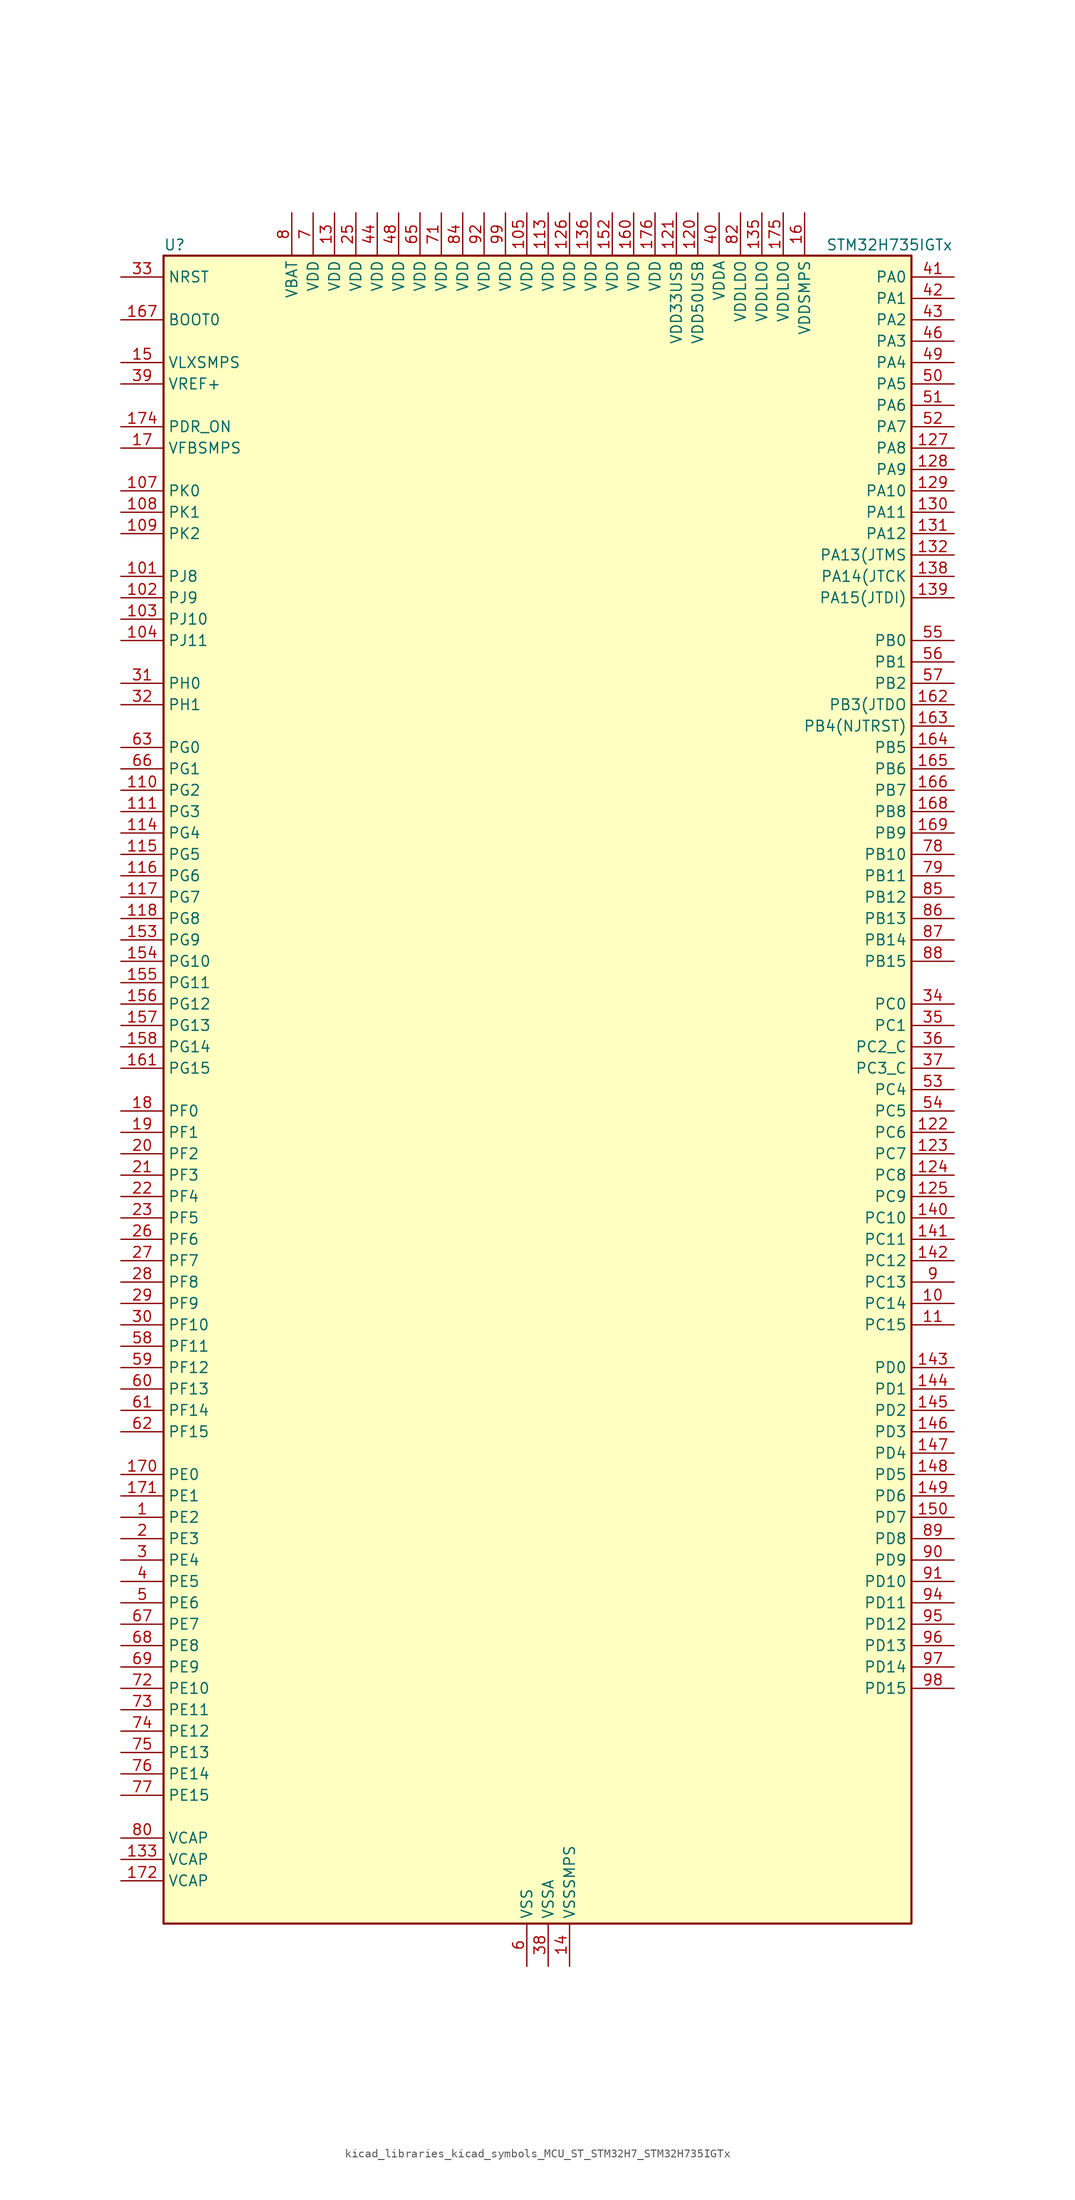
<source format=kicad_sym>
(kicad_symbol_lib
  (version 20220914)
  (generator kicad_symbol_editor)
  (symbol "kicad_libraries_kicad_symbols_MCU_ST_STM32H7_STM32H735IGTx"
    (property "Reference" "U"
      (at -43.18 100.33 0)
      (effects (font (size 1.27 1.27)) (justify left)))
    (property "Value" "STM32H735IGTx"
      (at 35.56 100.33 0)
      (effects (font (size 1.27 1.27)) (justify left)))
    (property "ki_locked" ""
      (at 0 0 0)
      (effects (font (size 1.27 1.27))))
    (symbol "kicad_libraries_kicad_symbols_MCU_ST_STM32H7_STM32H735IGTx_0_1"
      (rectangle (start -43.18 -99.06) (end 45.72 99.06) (stroke (width 0.254) (type default)) (fill (type background))))
    (symbol "kicad_libraries_kicad_symbols_MCU_ST_STM32H7_STM32H735IGTx_1_1"
      (pin bidirectional line (at -48.26 -50.8 0) (length 5.08) (name "PE2" (effects (font (size 1.27 1.27)))) (number "1" (effects (font (size 1.27 1.27)))) (alternate "DEBUG_TRACECLK" bidirectional line) (alternate "ETH_TXD3" bidirectional line) (alternate "FMC_A23" bidirectional line) (alternate "OCTOSPIM_P1_IO2" bidirectional line) (alternate "SAI1_CK1" bidirectional line) (alternate "SAI1_MCLK_A" bidirectional line) (alternate "SAI4_CK1" bidirectional line) (alternate "SAI4_MCLK_A" bidirectional line) (alternate "SPI4_SCK" bidirectional line) (alternate "USART10_RX" bidirectional line))
      (pin bidirectional line (at 50.8 -25.4 180) (length 5.08) (name "PC14" (effects (font (size 1.27 1.27)))) (number "10" (effects (font (size 1.27 1.27)))) (alternate "RCC_OSC32_IN" bidirectional line))
      (pin passive line (at 0 -104.14 90) (length 5.08) hide (name "VSS" (effects (font (size 1.27 1.27)))) (number "100" (effects (font (size 1.27 1.27)))))
      (pin bidirectional line (at -48.26 60.96 0) (length 5.08) (name "PJ8" (effects (font (size 1.27 1.27)))) (number "101" (effects (font (size 1.27 1.27)))) (alternate "LTDC_G1" bidirectional line) (alternate "TIM1_CH3N" bidirectional line) (alternate "TIM8_CH1" bidirectional line) (alternate "UART8_TX" bidirectional line))
      (pin bidirectional line (at -48.26 58.42 0) (length 5.08) (name "PJ9" (effects (font (size 1.27 1.27)))) (number "102" (effects (font (size 1.27 1.27)))) (alternate "DAC1_EXTI9" bidirectional line) (alternate "LTDC_G2" bidirectional line) (alternate "TIM1_CH3" bidirectional line) (alternate "TIM8_CH1N" bidirectional line) (alternate "UART8_RX" bidirectional line))
      (pin bidirectional line (at -48.26 55.88 0) (length 5.08) (name "PJ10" (effects (font (size 1.27 1.27)))) (number "103" (effects (font (size 1.27 1.27)))) (alternate "LTDC_G3" bidirectional line) (alternate "SPI5_MOSI" bidirectional line) (alternate "TIM1_CH2N" bidirectional line) (alternate "TIM8_CH2" bidirectional line))
      (pin bidirectional line (at -48.26 53.34 0) (length 5.08) (name "PJ11" (effects (font (size 1.27 1.27)))) (number "104" (effects (font (size 1.27 1.27)))) (alternate "ADC1_EXTI11" bidirectional line) (alternate "ADC2_EXTI11" bidirectional line) (alternate "ADC3_EXTI11" bidirectional line) (alternate "LTDC_G4" bidirectional line) (alternate "SPI5_MISO" bidirectional line) (alternate "TIM1_CH2" bidirectional line) (alternate "TIM8_CH2N" bidirectional line))
      (pin power_in line (at 0 104.14 270) (length 5.08) (name "VDD" (effects (font (size 1.27 1.27)))) (number "105" (effects (font (size 1.27 1.27)))))
      (pin passive line (at 0 -104.14 90) (length 5.08) hide (name "VSS" (effects (font (size 1.27 1.27)))) (number "106" (effects (font (size 1.27 1.27)))))
      (pin bidirectional line (at -48.26 71.12 0) (length 5.08) (name "PK0" (effects (font (size 1.27 1.27)))) (number "107" (effects (font (size 1.27 1.27)))) (alternate "LTDC_G5" bidirectional line) (alternate "SPI5_SCK" bidirectional line) (alternate "TIM1_CH1N" bidirectional line) (alternate "TIM8_CH3" bidirectional line))
      (pin bidirectional line (at -48.26 68.58 0) (length 5.08) (name "PK1" (effects (font (size 1.27 1.27)))) (number "108" (effects (font (size 1.27 1.27)))) (alternate "LTDC_G6" bidirectional line) (alternate "SPI5_NSS" bidirectional line) (alternate "TIM1_CH1" bidirectional line) (alternate "TIM8_CH3N" bidirectional line))
      (pin bidirectional line (at -48.26 66.04 0) (length 5.08) (name "PK2" (effects (font (size 1.27 1.27)))) (number "109" (effects (font (size 1.27 1.27)))) (alternate "LTDC_G7" bidirectional line) (alternate "TIM1_BKIN" bidirectional line) (alternate "TIM1_BKIN_COMP1" bidirectional line) (alternate "TIM1_BKIN_COMP2" bidirectional line) (alternate "TIM8_BKIN" bidirectional line) (alternate "TIM8_BKIN_COMP1" bidirectional line) (alternate "TIM8_BKIN_COMP2" bidirectional line))
      (pin bidirectional line (at 50.8 -27.94 180) (length 5.08) (name "PC15" (effects (font (size 1.27 1.27)))) (number "11" (effects (font (size 1.27 1.27)))) (alternate "ADC1_EXTI15" bidirectional line) (alternate "ADC2_EXTI15" bidirectional line) (alternate "ADC3_EXTI15" bidirectional line) (alternate "RCC_OSC32_OUT" bidirectional line))
      (pin bidirectional line (at -48.26 35.56 0) (length 5.08) (name "PG2" (effects (font (size 1.27 1.27)))) (number "110" (effects (font (size 1.27 1.27)))) (alternate "FMC_A12" bidirectional line) (alternate "TIM24_ETR" bidirectional line) (alternate "TIM8_BKIN" bidirectional line) (alternate "TIM8_BKIN_COMP1" bidirectional line) (alternate "TIM8_BKIN_COMP2" bidirectional line))
      (pin bidirectional line (at -48.26 33.02 0) (length 5.08) (name "PG3" (effects (font (size 1.27 1.27)))) (number "111" (effects (font (size 1.27 1.27)))) (alternate "FMC_A13" bidirectional line) (alternate "TIM23_ETR" bidirectional line) (alternate "TIM8_BKIN2" bidirectional line) (alternate "TIM8_BKIN2_COMP1" bidirectional line) (alternate "TIM8_BKIN2_COMP2" bidirectional line))
      (pin passive line (at 0 -104.14 90) (length 5.08) hide (name "VSS" (effects (font (size 1.27 1.27)))) (number "112" (effects (font (size 1.27 1.27)))))
      (pin power_in line (at 2.54 104.14 270) (length 5.08) (name "VDD" (effects (font (size 1.27 1.27)))) (number "113" (effects (font (size 1.27 1.27)))))
      (pin bidirectional line (at -48.26 30.48 0) (length 5.08) (name "PG4" (effects (font (size 1.27 1.27)))) (number "114" (effects (font (size 1.27 1.27)))) (alternate "FMC_A14" bidirectional line) (alternate "FMC_BA0" bidirectional line) (alternate "TIM1_BKIN2" bidirectional line) (alternate "TIM1_BKIN2_COMP1" bidirectional line) (alternate "TIM1_BKIN2_COMP2" bidirectional line))
      (pin bidirectional line (at -48.26 27.94 0) (length 5.08) (name "PG5" (effects (font (size 1.27 1.27)))) (number "115" (effects (font (size 1.27 1.27)))) (alternate "FMC_A15" bidirectional line) (alternate "FMC_BA1" bidirectional line) (alternate "TIM1_ETR" bidirectional line))
      (pin bidirectional line (at -48.26 25.4 0) (length 5.08) (name "PG6" (effects (font (size 1.27 1.27)))) (number "116" (effects (font (size 1.27 1.27)))) (alternate "DCMI_D12" bidirectional line) (alternate "FMC_NE3" bidirectional line) (alternate "LTDC_R7" bidirectional line) (alternate "OCTOSPIM_P1_NCS" bidirectional line) (alternate "PSSI_D12" bidirectional line) (alternate "TIM17_BKIN" bidirectional line))
      (pin bidirectional line (at -48.26 22.86 0) (length 5.08) (name "PG7" (effects (font (size 1.27 1.27)))) (number "117" (effects (font (size 1.27 1.27)))) (alternate "DCMI_D13" bidirectional line) (alternate "FMC_INT" bidirectional line) (alternate "LTDC_CLK" bidirectional line) (alternate "OCTOSPIM_P2_DQS" bidirectional line) (alternate "PSSI_D13" bidirectional line) (alternate "SAI1_MCLK_A" bidirectional line) (alternate "USART6_CK" bidirectional line))
      (pin bidirectional line (at -48.26 20.32 0) (length 5.08) (name "PG8" (effects (font (size 1.27 1.27)))) (number "118" (effects (font (size 1.27 1.27)))) (alternate "ETH_PPS_OUT" bidirectional line) (alternate "FMC_SDCLK" bidirectional line) (alternate "I2S6_WS" bidirectional line) (alternate "LTDC_G7" bidirectional line) (alternate "SPDIFRX1_IN2" bidirectional line) (alternate "SPI6_NSS" bidirectional line) (alternate "TIM8_ETR" bidirectional line) (alternate "USART6_DE" bidirectional line) (alternate "USART6_RTS" bidirectional line))
      (pin passive line (at 0 -104.14 90) (length 5.08) hide (name "VSS" (effects (font (size 1.27 1.27)))) (number "119" (effects (font (size 1.27 1.27)))))
      (pin passive line (at 0 -104.14 90) (length 5.08) hide (name "VSS" (effects (font (size 1.27 1.27)))) (number "12" (effects (font (size 1.27 1.27)))))
      (pin power_in line (at 20.32 104.14 270) (length 5.08) (name "VDD50USB" (effects (font (size 1.27 1.27)))) (number "120" (effects (font (size 1.27 1.27)))))
      (pin power_in line (at 17.78 104.14 270) (length 5.08) (name "VDD33USB" (effects (font (size 1.27 1.27)))) (number "121" (effects (font (size 1.27 1.27)))))
      (pin bidirectional line (at 50.8 -5.08 180) (length 5.08) (name "PC6" (effects (font (size 1.27 1.27)))) (number "122" (effects (font (size 1.27 1.27)))) (alternate "DCMI_D0" bidirectional line) (alternate "DFSDM1_CKIN3" bidirectional line) (alternate "FMC_NWAIT" bidirectional line) (alternate "I2S2_MCK" bidirectional line) (alternate "LTDC_HSYNC" bidirectional line) (alternate "PSSI_D0" bidirectional line) (alternate "SDMMC1_D0DIR" bidirectional line) (alternate "SDMMC1_D6" bidirectional line) (alternate "SDMMC2_D6" bidirectional line) (alternate "SWPMI1_IO" bidirectional line) (alternate "TIM3_CH1" bidirectional line) (alternate "TIM8_CH1" bidirectional line) (alternate "USART6_TX" bidirectional line))
      (pin bidirectional line (at 50.8 -7.62 180) (length 5.08) (name "PC7" (effects (font (size 1.27 1.27)))) (number "123" (effects (font (size 1.27 1.27)))) (alternate "DCMI_D1" bidirectional line) (alternate "DEBUG_TRGIO" bidirectional line) (alternate "DFSDM1_DATIN3" bidirectional line) (alternate "FMC_NE1" bidirectional line) (alternate "I2S3_MCK" bidirectional line) (alternate "LTDC_G6" bidirectional line) (alternate "PSSI_D1" bidirectional line) (alternate "SDMMC1_D123DIR" bidirectional line) (alternate "SDMMC1_D7" bidirectional line) (alternate "SDMMC2_D7" bidirectional line) (alternate "SWPMI1_TX" bidirectional line) (alternate "TIM3_CH2" bidirectional line) (alternate "TIM8_CH2" bidirectional line) (alternate "USART6_RX" bidirectional line))
      (pin bidirectional line (at 50.8 -10.16 180) (length 5.08) (name "PC8" (effects (font (size 1.27 1.27)))) (number "124" (effects (font (size 1.27 1.27)))) (alternate "DCMI_D2" bidirectional line) (alternate "DEBUG_TRACED1" bidirectional line) (alternate "FMC_INT" bidirectional line) (alternate "FMC_NCE" bidirectional line) (alternate "FMC_NE2" bidirectional line) (alternate "PSSI_D2" bidirectional line) (alternate "SDMMC1_D0" bidirectional line) (alternate "SWPMI1_RX" bidirectional line) (alternate "TIM3_CH3" bidirectional line) (alternate "TIM8_CH3" bidirectional line) (alternate "UART5_DE" bidirectional line) (alternate "UART5_RTS" bidirectional line) (alternate "USART6_CK" bidirectional line))
      (pin bidirectional line (at 50.8 -12.7 180) (length 5.08) (name "PC9" (effects (font (size 1.27 1.27)))) (number "125" (effects (font (size 1.27 1.27)))) (alternate "DAC1_EXTI9" bidirectional line) (alternate "DCMI_D3" bidirectional line) (alternate "I2C3_SDA" bidirectional line) (alternate "I2C5_SDA" bidirectional line) (alternate "I2S_CKIN" bidirectional line) (alternate "LTDC_B2" bidirectional line) (alternate "LTDC_G3" bidirectional line) (alternate "OCTOSPIM_P1_IO0" bidirectional line) (alternate "PSSI_D3" bidirectional line) (alternate "RCC_MCO_2" bidirectional line) (alternate "SDMMC1_D1" bidirectional line) (alternate "SWPMI1_SUSPEND" bidirectional line) (alternate "TIM3_CH4" bidirectional line) (alternate "TIM8_CH4" bidirectional line) (alternate "UART5_CTS" bidirectional line))
      (pin power_in line (at 5.08 104.14 270) (length 5.08) (name "VDD" (effects (font (size 1.27 1.27)))) (number "126" (effects (font (size 1.27 1.27)))))
      (pin bidirectional line (at 50.8 76.2 180) (length 5.08) (name "PA8" (effects (font (size 1.27 1.27)))) (number "127" (effects (font (size 1.27 1.27)))) (alternate "I2C3_SCL" bidirectional line) (alternate "I2C5_SCL" bidirectional line) (alternate "LTDC_B3" bidirectional line) (alternate "LTDC_R6" bidirectional line) (alternate "RCC_MCO_1" bidirectional line) (alternate "TIM1_CH1" bidirectional line) (alternate "TIM8_BKIN2" bidirectional line) (alternate "TIM8_BKIN2_COMP1" bidirectional line) (alternate "TIM8_BKIN2_COMP2" bidirectional line) (alternate "UART7_RX" bidirectional line) (alternate "USART1_CK" bidirectional line) (alternate "USB_OTG_HS_SOF" bidirectional line))
      (pin bidirectional line (at 50.8 73.66 180) (length 5.08) (name "PA9" (effects (font (size 1.27 1.27)))) (number "128" (effects (font (size 1.27 1.27)))) (alternate "DAC1_EXTI9" bidirectional line) (alternate "DCMI_D0" bidirectional line) (alternate "ETH_TX_ER" bidirectional line) (alternate "I2C3_SMBA" bidirectional line) (alternate "I2C5_SMBA" bidirectional line) (alternate "I2S2_CK" bidirectional line) (alternate "LPUART1_TX" bidirectional line) (alternate "LTDC_R5" bidirectional line) (alternate "PSSI_D0" bidirectional line) (alternate "SPI2_SCK" bidirectional line) (alternate "TIM1_CH2" bidirectional line) (alternate "USART1_TX" bidirectional line) (alternate "USB_OTG_HS_VBUS" bidirectional line))
      (pin bidirectional line (at 50.8 71.12 180) (length 5.08) (name "PA10" (effects (font (size 1.27 1.27)))) (number "129" (effects (font (size 1.27 1.27)))) (alternate "DCMI_D1" bidirectional line) (alternate "LPUART1_RX" bidirectional line) (alternate "LTDC_B1" bidirectional line) (alternate "LTDC_B4" bidirectional line) (alternate "MDIOS_MDIO" bidirectional line) (alternate "PSSI_D1" bidirectional line) (alternate "TIM1_CH3" bidirectional line) (alternate "USART1_RX" bidirectional line) (alternate "USB_OTG_HS_ID" bidirectional line))
      (pin power_in line (at -22.86 104.14 270) (length 5.08) (name "VDD" (effects (font (size 1.27 1.27)))) (number "13" (effects (font (size 1.27 1.27)))))
      (pin bidirectional line (at 50.8 68.58 180) (length 5.08) (name "PA11" (effects (font (size 1.27 1.27)))) (number "130" (effects (font (size 1.27 1.27)))) (alternate "ADC1_EXTI11" bidirectional line) (alternate "ADC2_EXTI11" bidirectional line) (alternate "ADC3_EXTI11" bidirectional line) (alternate "FDCAN1_RX" bidirectional line) (alternate "I2S2_WS" bidirectional line) (alternate "LPUART1_CTS" bidirectional line) (alternate "LTDC_R4" bidirectional line) (alternate "SPI2_NSS" bidirectional line) (alternate "TIM1_CH4" bidirectional line) (alternate "UART4_RX" bidirectional line) (alternate "USART1_CTS" bidirectional line) (alternate "USART1_NSS" bidirectional line) (alternate "USB_OTG_HS_DM" bidirectional line))
      (pin bidirectional line (at 50.8 66.04 180) (length 5.08) (name "PA12" (effects (font (size 1.27 1.27)))) (number "131" (effects (font (size 1.27 1.27)))) (alternate "FDCAN1_TX" bidirectional line) (alternate "I2S2_CK" bidirectional line) (alternate "LPUART1_DE" bidirectional line) (alternate "LPUART1_RTS" bidirectional line) (alternate "LTDC_R5" bidirectional line) (alternate "SAI4_FS_B" bidirectional line) (alternate "SPI2_SCK" bidirectional line) (alternate "TIM1_BKIN2" bidirectional line) (alternate "TIM1_ETR" bidirectional line) (alternate "UART4_TX" bidirectional line) (alternate "USART1_DE" bidirectional line) (alternate "USART1_RTS" bidirectional line) (alternate "USB_OTG_HS_DP" bidirectional line))
      (pin bidirectional line (at 50.8 63.5 180) (length 5.08) (name "PA13(JTMS" (effects (font (size 1.27 1.27)))) (number "132" (effects (font (size 1.27 1.27)))) (alternate "DEBUG_JTMS-SWDIO" bidirectional line))
      (pin power_out line (at -48.26 -91.44 0) (length 5.08) (name "VCAP" (effects (font (size 1.27 1.27)))) (number "133" (effects (font (size 1.27 1.27)))))
      (pin passive line (at 0 -104.14 90) (length 5.08) hide (name "VSS" (effects (font (size 1.27 1.27)))) (number "134" (effects (font (size 1.27 1.27)))))
      (pin power_in line (at 27.94 104.14 270) (length 5.08) (name "VDDLDO" (effects (font (size 1.27 1.27)))) (number "135" (effects (font (size 1.27 1.27)))))
      (pin power_in line (at 7.62 104.14 270) (length 5.08) (name "VDD" (effects (font (size 1.27 1.27)))) (number "136" (effects (font (size 1.27 1.27)))))
      (pin passive line (at 0 -104.14 90) (length 5.08) hide (name "VSS" (effects (font (size 1.27 1.27)))) (number "137" (effects (font (size 1.27 1.27)))))
      (pin bidirectional line (at 50.8 60.96 180) (length 5.08) (name "PA14(JTCK" (effects (font (size 1.27 1.27)))) (number "138" (effects (font (size 1.27 1.27)))) (alternate "DEBUG_JTCK-SWCLK" bidirectional line))
      (pin bidirectional line (at 50.8 58.42 180) (length 5.08) (name "PA15(JTDI)" (effects (font (size 1.27 1.27)))) (number "139" (effects (font (size 1.27 1.27)))) (alternate "ADC1_EXTI15" bidirectional line) (alternate "ADC2_EXTI15" bidirectional line) (alternate "ADC3_EXTI15" bidirectional line) (alternate "CEC" bidirectional line) (alternate "DEBUG_JTDI" bidirectional line) (alternate "I2S1_WS" bidirectional line) (alternate "I2S3_WS" bidirectional line) (alternate "I2S6_WS" bidirectional line) (alternate "LTDC_B6" bidirectional line) (alternate "LTDC_R3" bidirectional line) (alternate "SPI1_NSS" bidirectional line) (alternate "SPI3_NSS" bidirectional line) (alternate "SPI6_NSS" bidirectional line) (alternate "TIM2_CH1" bidirectional line) (alternate "TIM2_ETR" bidirectional line) (alternate "UART4_DE" bidirectional line) (alternate "UART4_RTS" bidirectional line) (alternate "UART7_TX" bidirectional line))
      (pin power_in line (at 5.08 -104.14 90) (length 5.08) (name "VSSSMPS" (effects (font (size 1.27 1.27)))) (number "14" (effects (font (size 1.27 1.27)))))
      (pin bidirectional line (at 50.8 -15.24 180) (length 5.08) (name "PC10" (effects (font (size 1.27 1.27)))) (number "140" (effects (font (size 1.27 1.27)))) (alternate "DCMI_D8" bidirectional line) (alternate "DFSDM1_CKIN5" bidirectional line) (alternate "I2C5_SDA" bidirectional line) (alternate "I2S3_CK" bidirectional line) (alternate "LTDC_B1" bidirectional line) (alternate "LTDC_R2" bidirectional line) (alternate "OCTOSPIM_P1_IO1" bidirectional line) (alternate "PSSI_D8" bidirectional line) (alternate "SDMMC1_D2" bidirectional line) (alternate "SPI3_SCK" bidirectional line) (alternate "SWPMI1_RX" bidirectional line) (alternate "UART4_TX" bidirectional line) (alternate "USART3_TX" bidirectional line))
      (pin bidirectional line (at 50.8 -17.78 180) (length 5.08) (name "PC11" (effects (font (size 1.27 1.27)))) (number "141" (effects (font (size 1.27 1.27)))) (alternate "ADC1_EXTI11" bidirectional line) (alternate "ADC2_EXTI11" bidirectional line) (alternate "ADC3_EXTI11" bidirectional line) (alternate "DCMI_D4" bidirectional line) (alternate "DFSDM1_DATIN5" bidirectional line) (alternate "I2C5_SCL" bidirectional line) (alternate "I2S3_SDI" bidirectional line) (alternate "LTDC_B4" bidirectional line) (alternate "OCTOSPIM_P1_NCS" bidirectional line) (alternate "PSSI_D4" bidirectional line) (alternate "SDMMC1_D3" bidirectional line) (alternate "SPI3_MISO" bidirectional line) (alternate "UART4_RX" bidirectional line) (alternate "USART3_RX" bidirectional line))
      (pin bidirectional line (at 50.8 -20.32 180) (length 5.08) (name "PC12" (effects (font (size 1.27 1.27)))) (number "142" (effects (font (size 1.27 1.27)))) (alternate "DCMI_D9" bidirectional line) (alternate "DEBUG_TRACED3" bidirectional line) (alternate "FMC_D6" bidirectional line) (alternate "FMC_DA6" bidirectional line) (alternate "I2C5_SMBA" bidirectional line) (alternate "I2S3_SDO" bidirectional line) (alternate "I2S6_CK" bidirectional line) (alternate "LTDC_R6" bidirectional line) (alternate "PSSI_D9" bidirectional line) (alternate "SDMMC1_CK" bidirectional line) (alternate "SPI3_MOSI" bidirectional line) (alternate "SPI6_SCK" bidirectional line) (alternate "TIM15_CH1" bidirectional line) (alternate "UART5_TX" bidirectional line) (alternate "USART3_CK" bidirectional line))
      (pin bidirectional line (at 50.8 -33.02 180) (length 5.08) (name "PD0" (effects (font (size 1.27 1.27)))) (number "143" (effects (font (size 1.27 1.27)))) (alternate "DFSDM1_CKIN6" bidirectional line) (alternate "FDCAN1_RX" bidirectional line) (alternate "FMC_D2" bidirectional line) (alternate "FMC_DA2" bidirectional line) (alternate "LTDC_B1" bidirectional line) (alternate "UART4_RX" bidirectional line) (alternate "UART9_CTS" bidirectional line))
      (pin bidirectional line (at 50.8 -35.56 180) (length 5.08) (name "PD1" (effects (font (size 1.27 1.27)))) (number "144" (effects (font (size 1.27 1.27)))) (alternate "DFSDM1_DATIN6" bidirectional line) (alternate "FDCAN1_TX" bidirectional line) (alternate "FMC_D3" bidirectional line) (alternate "FMC_DA3" bidirectional line) (alternate "UART4_TX" bidirectional line))
      (pin bidirectional line (at 50.8 -38.1 180) (length 5.08) (name "PD2" (effects (font (size 1.27 1.27)))) (number "145" (effects (font (size 1.27 1.27)))) (alternate "DCMI_D11" bidirectional line) (alternate "DEBUG_TRACED2" bidirectional line) (alternate "FMC_D7" bidirectional line) (alternate "FMC_DA7" bidirectional line) (alternate "LTDC_B2" bidirectional line) (alternate "LTDC_B7" bidirectional line) (alternate "PSSI_D11" bidirectional line) (alternate "SDMMC1_CMD" bidirectional line) (alternate "TIM15_BKIN" bidirectional line) (alternate "TIM3_ETR" bidirectional line) (alternate "UART5_RX" bidirectional line))
      (pin bidirectional line (at 50.8 -40.64 180) (length 5.08) (name "PD3" (effects (font (size 1.27 1.27)))) (number "146" (effects (font (size 1.27 1.27)))) (alternate "DCMI_D5" bidirectional line) (alternate "DFSDM1_CKOUT" bidirectional line) (alternate "FMC_CLK" bidirectional line) (alternate "I2S2_CK" bidirectional line) (alternate "LTDC_G7" bidirectional line) (alternate "PSSI_D5" bidirectional line) (alternate "SPI2_SCK" bidirectional line) (alternate "USART2_CTS" bidirectional line) (alternate "USART2_NSS" bidirectional line))
      (pin bidirectional line (at 50.8 -43.18 180) (length 5.08) (name "PD4" (effects (font (size 1.27 1.27)))) (number "147" (effects (font (size 1.27 1.27)))) (alternate "FMC_NOE" bidirectional line) (alternate "OCTOSPIM_P1_IO4" bidirectional line) (alternate "USART2_DE" bidirectional line) (alternate "USART2_RTS" bidirectional line))
      (pin bidirectional line (at 50.8 -45.72 180) (length 5.08) (name "PD5" (effects (font (size 1.27 1.27)))) (number "148" (effects (font (size 1.27 1.27)))) (alternate "FMC_NWE" bidirectional line) (alternate "OCTOSPIM_P1_IO5" bidirectional line) (alternate "USART2_TX" bidirectional line))
      (pin bidirectional line (at 50.8 -48.26 180) (length 5.08) (name "PD6" (effects (font (size 1.27 1.27)))) (number "149" (effects (font (size 1.27 1.27)))) (alternate "DCMI_D10" bidirectional line) (alternate "DFSDM1_CKIN4" bidirectional line) (alternate "DFSDM1_DATIN1" bidirectional line) (alternate "FMC_NWAIT" bidirectional line) (alternate "I2S3_SDO" bidirectional line) (alternate "LTDC_B2" bidirectional line) (alternate "OCTOSPIM_P1_IO6" bidirectional line) (alternate "PSSI_D10" bidirectional line) (alternate "SAI1_D1" bidirectional line) (alternate "SAI1_SD_A" bidirectional line) (alternate "SAI4_D1" bidirectional line) (alternate "SAI4_SD_A" bidirectional line) (alternate "SDMMC2_CK" bidirectional line) (alternate "SPI3_MOSI" bidirectional line) (alternate "USART2_RX" bidirectional line))
      (pin power_in line (at -48.26 86.36 0) (length 5.08) (name "VLXSMPS" (effects (font (size 1.27 1.27)))) (number "15" (effects (font (size 1.27 1.27)))))
      (pin bidirectional line (at 50.8 -50.8 180) (length 5.08) (name "PD7" (effects (font (size 1.27 1.27)))) (number "150" (effects (font (size 1.27 1.27)))) (alternate "DFSDM1_CKIN1" bidirectional line) (alternate "DFSDM1_DATIN4" bidirectional line) (alternate "FMC_NE1" bidirectional line) (alternate "I2S1_SDO" bidirectional line) (alternate "OCTOSPIM_P1_IO7" bidirectional line) (alternate "SDMMC2_CMD" bidirectional line) (alternate "SPDIFRX1_IN0" bidirectional line) (alternate "SPI1_MOSI" bidirectional line) (alternate "USART2_CK" bidirectional line))
      (pin passive line (at 0 -104.14 90) (length 5.08) hide (name "VSS" (effects (font (size 1.27 1.27)))) (number "151" (effects (font (size 1.27 1.27)))))
      (pin power_in line (at 10.16 104.14 270) (length 5.08) (name "VDD" (effects (font (size 1.27 1.27)))) (number "152" (effects (font (size 1.27 1.27)))))
      (pin bidirectional line (at -48.26 17.78 0) (length 5.08) (name "PG9" (effects (font (size 1.27 1.27)))) (number "153" (effects (font (size 1.27 1.27)))) (alternate "DAC1_EXTI9" bidirectional line) (alternate "DCMI_VSYNC" bidirectional line) (alternate "FDCAN3_TX" bidirectional line) (alternate "FMC_NCE" bidirectional line) (alternate "FMC_NE2" bidirectional line) (alternate "I2S1_SDI" bidirectional line) (alternate "OCTOSPIM_P1_IO6" bidirectional line) (alternate "PSSI_RDY" bidirectional line) (alternate "SAI4_FS_B" bidirectional line) (alternate "SDMMC2_D0" bidirectional line) (alternate "SPDIFRX1_IN3" bidirectional line) (alternate "SPI1_MISO" bidirectional line) (alternate "USART6_RX" bidirectional line))
      (pin bidirectional line (at -48.26 15.24 0) (length 5.08) (name "PG10" (effects (font (size 1.27 1.27)))) (number "154" (effects (font (size 1.27 1.27)))) (alternate "DCMI_D2" bidirectional line) (alternate "FDCAN3_RX" bidirectional line) (alternate "FMC_NE3" bidirectional line) (alternate "I2S1_WS" bidirectional line) (alternate "LTDC_B2" bidirectional line) (alternate "LTDC_G3" bidirectional line) (alternate "OCTOSPIM_P2_IO6" bidirectional line) (alternate "PSSI_D2" bidirectional line) (alternate "SAI4_SD_B" bidirectional line) (alternate "SDMMC2_D1" bidirectional line) (alternate "SPI1_NSS" bidirectional line))
      (pin bidirectional line (at -48.26 12.7 0) (length 5.08) (name "PG11" (effects (font (size 1.27 1.27)))) (number "155" (effects (font (size 1.27 1.27)))) (alternate "ADC1_EXTI11" bidirectional line) (alternate "ADC2_EXTI11" bidirectional line) (alternate "ADC3_EXTI11" bidirectional line) (alternate "DCMI_D3" bidirectional line) (alternate "ETH_TX_EN" bidirectional line) (alternate "I2S1_CK" bidirectional line) (alternate "LPTIM1_IN2" bidirectional line) (alternate "LTDC_B3" bidirectional line) (alternate "OCTOSPIM_P2_IO7" bidirectional line) (alternate "PSSI_D3" bidirectional line) (alternate "SDMMC2_D2" bidirectional line) (alternate "SPDIFRX1_IN0" bidirectional line) (alternate "SPI1_SCK" bidirectional line) (alternate "USART10_RX" bidirectional line))
      (pin bidirectional line (at -48.26 10.16 0) (length 5.08) (name "PG12" (effects (font (size 1.27 1.27)))) (number "156" (effects (font (size 1.27 1.27)))) (alternate "ETH_TXD1" bidirectional line) (alternate "FMC_NE4" bidirectional line) (alternate "I2S6_SDI" bidirectional line) (alternate "LPTIM1_IN1" bidirectional line) (alternate "LTDC_B1" bidirectional line) (alternate "LTDC_B4" bidirectional line) (alternate "OCTOSPIM_P2_NCS" bidirectional line) (alternate "SDMMC2_D3" bidirectional line) (alternate "SPDIFRX1_IN1" bidirectional line) (alternate "SPI6_MISO" bidirectional line) (alternate "TIM23_CH1" bidirectional line) (alternate "USART10_TX" bidirectional line) (alternate "USART6_DE" bidirectional line) (alternate "USART6_RTS" bidirectional line))
      (pin bidirectional line (at -48.26 7.62 0) (length 5.08) (name "PG13" (effects (font (size 1.27 1.27)))) (number "157" (effects (font (size 1.27 1.27)))) (alternate "DEBUG_TRACED0" bidirectional line) (alternate "ETH_TXD0" bidirectional line) (alternate "FMC_A24" bidirectional line) (alternate "I2S6_CK" bidirectional line) (alternate "LPTIM1_OUT" bidirectional line) (alternate "LTDC_R0" bidirectional line) (alternate "SDMMC2_D6" bidirectional line) (alternate "SPI6_SCK" bidirectional line) (alternate "TIM23_CH2" bidirectional line) (alternate "USART10_CTS" bidirectional line) (alternate "USART10_NSS" bidirectional line) (alternate "USART6_CTS" bidirectional line) (alternate "USART6_NSS" bidirectional line))
      (pin bidirectional line (at -48.26 5.08 0) (length 5.08) (name "PG14" (effects (font (size 1.27 1.27)))) (number "158" (effects (font (size 1.27 1.27)))) (alternate "DEBUG_TRACED1" bidirectional line) (alternate "ETH_TXD1" bidirectional line) (alternate "FMC_A25" bidirectional line) (alternate "I2S6_SDO" bidirectional line) (alternate "LPTIM1_ETR" bidirectional line) (alternate "LTDC_B0" bidirectional line) (alternate "OCTOSPIM_P1_IO7" bidirectional line) (alternate "SDMMC2_D7" bidirectional line) (alternate "SPI6_MOSI" bidirectional line) (alternate "TIM23_CH3" bidirectional line) (alternate "USART10_DE" bidirectional line) (alternate "USART10_RTS" bidirectional line) (alternate "USART6_TX" bidirectional line))
      (pin passive line (at 0 -104.14 90) (length 5.08) hide (name "VSS" (effects (font (size 1.27 1.27)))) (number "159" (effects (font (size 1.27 1.27)))))
      (pin power_in line (at 33.02 104.14 270) (length 5.08) (name "VDDSMPS" (effects (font (size 1.27 1.27)))) (number "16" (effects (font (size 1.27 1.27)))))
      (pin power_in line (at 12.7 104.14 270) (length 5.08) (name "VDD" (effects (font (size 1.27 1.27)))) (number "160" (effects (font (size 1.27 1.27)))))
      (pin bidirectional line (at -48.26 2.54 0) (length 5.08) (name "PG15" (effects (font (size 1.27 1.27)))) (number "161" (effects (font (size 1.27 1.27)))) (alternate "ADC1_EXTI15" bidirectional line) (alternate "ADC2_EXTI15" bidirectional line) (alternate "ADC3_EXTI15" bidirectional line) (alternate "DCMI_D13" bidirectional line) (alternate "FMC_SDNCAS" bidirectional line) (alternate "OCTOSPIM_P2_DQS" bidirectional line) (alternate "PSSI_D13" bidirectional line) (alternate "USART10_CK" bidirectional line) (alternate "USART6_CTS" bidirectional line) (alternate "USART6_NSS" bidirectional line))
      (pin bidirectional line (at 50.8 45.72 180) (length 5.08) (name "PB3(JTDO" (effects (font (size 1.27 1.27)))) (number "162" (effects (font (size 1.27 1.27)))) (alternate "CRS_SYNC" bidirectional line) (alternate "DEBUG_JTDO-SWO" bidirectional line) (alternate "I2S1_CK" bidirectional line) (alternate "I2S3_CK" bidirectional line) (alternate "I2S6_CK" bidirectional line) (alternate "SDMMC2_D2" bidirectional line) (alternate "SPI1_SCK" bidirectional line) (alternate "SPI3_SCK" bidirectional line) (alternate "SPI6_SCK" bidirectional line) (alternate "TIM24_ETR" bidirectional line) (alternate "TIM2_CH2" bidirectional line) (alternate "UART7_RX" bidirectional line))
      (pin bidirectional line (at 50.8 43.18 180) (length 5.08) (name "PB4(NJTRST)" (effects (font (size 1.27 1.27)))) (number "163" (effects (font (size 1.27 1.27)))) (alternate "DEBUG_JTRST" bidirectional line) (alternate "I2S1_SDI" bidirectional line) (alternate "I2S2_WS" bidirectional line) (alternate "I2S3_SDI" bidirectional line) (alternate "I2S6_SDI" bidirectional line) (alternate "SDMMC2_D3" bidirectional line) (alternate "SPI1_MISO" bidirectional line) (alternate "SPI2_NSS" bidirectional line) (alternate "SPI3_MISO" bidirectional line) (alternate "SPI6_MISO" bidirectional line) (alternate "TIM16_BKIN" bidirectional line) (alternate "TIM3_CH1" bidirectional line) (alternate "UART7_TX" bidirectional line))
      (pin bidirectional line (at 50.8 40.64 180) (length 5.08) (name "PB5" (effects (font (size 1.27 1.27)))) (number "164" (effects (font (size 1.27 1.27)))) (alternate "DCMI_D10" bidirectional line) (alternate "ETH_PPS_OUT" bidirectional line) (alternate "FDCAN2_RX" bidirectional line) (alternate "FMC_SDCKE1" bidirectional line) (alternate "I2C1_SMBA" bidirectional line) (alternate "I2C4_SMBA" bidirectional line) (alternate "I2S1_SDO" bidirectional line) (alternate "I2S3_SDO" bidirectional line) (alternate "I2S6_SDO" bidirectional line) (alternate "LTDC_B5" bidirectional line) (alternate "PSSI_D10" bidirectional line) (alternate "SPI1_MOSI" bidirectional line) (alternate "SPI3_MOSI" bidirectional line) (alternate "SPI6_MOSI" bidirectional line) (alternate "TIM17_BKIN" bidirectional line) (alternate "TIM3_CH2" bidirectional line) (alternate "UART5_RX" bidirectional line) (alternate "USB_OTG_HS_ULPI_D7" bidirectional line))
      (pin bidirectional line (at 50.8 38.1 180) (length 5.08) (name "PB6" (effects (font (size 1.27 1.27)))) (number "165" (effects (font (size 1.27 1.27)))) (alternate "CEC" bidirectional line) (alternate "DCMI_D5" bidirectional line) (alternate "DFSDM1_DATIN5" bidirectional line) (alternate "FDCAN2_TX" bidirectional line) (alternate "FMC_SDNE1" bidirectional line) (alternate "I2C1_SCL" bidirectional line) (alternate "I2C4_SCL" bidirectional line) (alternate "LPUART1_TX" bidirectional line) (alternate "OCTOSPIM_P1_NCS" bidirectional line) (alternate "PSSI_D5" bidirectional line) (alternate "TIM16_CH1N" bidirectional line) (alternate "TIM4_CH1" bidirectional line) (alternate "UART5_TX" bidirectional line) (alternate "USART1_TX" bidirectional line))
      (pin bidirectional line (at 50.8 35.56 180) (length 5.08) (name "PB7" (effects (font (size 1.27 1.27)))) (number "166" (effects (font (size 1.27 1.27)))) (alternate "DCMI_VSYNC" bidirectional line) (alternate "DFSDM1_CKIN5" bidirectional line) (alternate "FMC_NL" bidirectional line) (alternate "I2C1_SDA" bidirectional line) (alternate "I2C4_SDA" bidirectional line) (alternate "LPUART1_RX" bidirectional line) (alternate "PSSI_RDY" bidirectional line) (alternate "PWR_PVD_IN" bidirectional line) (alternate "TIM17_CH1N" bidirectional line) (alternate "TIM4_CH2" bidirectional line) (alternate "USART1_RX" bidirectional line))
      (pin input line (at -48.26 91.44 0) (length 5.08) (name "BOOT0" (effects (font (size 1.27 1.27)))) (number "167" (effects (font (size 1.27 1.27)))))
      (pin bidirectional line (at 50.8 33.02 180) (length 5.08) (name "PB8" (effects (font (size 1.27 1.27)))) (number "168" (effects (font (size 1.27 1.27)))) (alternate "DCMI_D6" bidirectional line) (alternate "DFSDM1_CKIN7" bidirectional line) (alternate "ETH_TXD3" bidirectional line) (alternate "FDCAN1_RX" bidirectional line) (alternate "I2C1_SCL" bidirectional line) (alternate "I2C4_SCL" bidirectional line) (alternate "LTDC_B6" bidirectional line) (alternate "PSSI_D6" bidirectional line) (alternate "SDMMC1_CKIN" bidirectional line) (alternate "SDMMC1_D4" bidirectional line) (alternate "SDMMC2_D4" bidirectional line) (alternate "TIM16_CH1" bidirectional line) (alternate "TIM4_CH3" bidirectional line) (alternate "UART4_RX" bidirectional line))
      (pin bidirectional line (at 50.8 30.48 180) (length 5.08) (name "PB9" (effects (font (size 1.27 1.27)))) (number "169" (effects (font (size 1.27 1.27)))) (alternate "DAC1_EXTI9" bidirectional line) (alternate "DCMI_D7" bidirectional line) (alternate "DFSDM1_DATIN7" bidirectional line) (alternate "FDCAN1_TX" bidirectional line) (alternate "I2C1_SDA" bidirectional line) (alternate "I2C4_SDA" bidirectional line) (alternate "I2C4_SMBA" bidirectional line) (alternate "I2S2_WS" bidirectional line) (alternate "LTDC_B7" bidirectional line) (alternate "PSSI_D7" bidirectional line) (alternate "SDMMC1_CDIR" bidirectional line) (alternate "SDMMC1_D5" bidirectional line) (alternate "SDMMC2_D5" bidirectional line) (alternate "SPI2_NSS" bidirectional line) (alternate "TIM17_CH1" bidirectional line) (alternate "TIM4_CH4" bidirectional line) (alternate "UART4_TX" bidirectional line))
      (pin input line (at -48.26 76.2 0) (length 5.08) (name "VFBSMPS" (effects (font (size 1.27 1.27)))) (number "17" (effects (font (size 1.27 1.27)))))
      (pin bidirectional line (at -48.26 -45.72 0) (length 5.08) (name "PE0" (effects (font (size 1.27 1.27)))) (number "170" (effects (font (size 1.27 1.27)))) (alternate "DCMI_D2" bidirectional line) (alternate "FMC_NBL0" bidirectional line) (alternate "LPTIM1_ETR" bidirectional line) (alternate "LPTIM2_ETR" bidirectional line) (alternate "LTDC_R0" bidirectional line) (alternate "PSSI_D2" bidirectional line) (alternate "SAI4_MCLK_A" bidirectional line) (alternate "TIM4_ETR" bidirectional line) (alternate "UART8_RX" bidirectional line))
      (pin bidirectional line (at -48.26 -48.26 0) (length 5.08) (name "PE1" (effects (font (size 1.27 1.27)))) (number "171" (effects (font (size 1.27 1.27)))) (alternate "DCMI_D3" bidirectional line) (alternate "FMC_NBL1" bidirectional line) (alternate "LPTIM1_IN2" bidirectional line) (alternate "LTDC_R6" bidirectional line) (alternate "PSSI_D3" bidirectional line) (alternate "UART8_TX" bidirectional line))
      (pin power_out line (at -48.26 -93.98 0) (length 5.08) (name "VCAP" (effects (font (size 1.27 1.27)))) (number "172" (effects (font (size 1.27 1.27)))))
      (pin passive line (at 0 -104.14 90) (length 5.08) hide (name "VSS" (effects (font (size 1.27 1.27)))) (number "173" (effects (font (size 1.27 1.27)))))
      (pin input line (at -48.26 78.74 0) (length 5.08) (name "PDR_ON" (effects (font (size 1.27 1.27)))) (number "174" (effects (font (size 1.27 1.27)))))
      (pin power_in line (at 30.48 104.14 270) (length 5.08) (name "VDDLDO" (effects (font (size 1.27 1.27)))) (number "175" (effects (font (size 1.27 1.27)))))
      (pin power_in line (at 15.24 104.14 270) (length 5.08) (name "VDD" (effects (font (size 1.27 1.27)))) (number "176" (effects (font (size 1.27 1.27)))))
      (pin bidirectional line (at -48.26 -2.54 0) (length 5.08) (name "PF0" (effects (font (size 1.27 1.27)))) (number "18" (effects (font (size 1.27 1.27)))) (alternate "FMC_A0" bidirectional line) (alternate "I2C2_SDA" bidirectional line) (alternate "I2C5_SDA" bidirectional line) (alternate "OCTOSPIM_P2_IO0" bidirectional line) (alternate "TIM23_CH1" bidirectional line))
      (pin bidirectional line (at -48.26 -5.08 0) (length 5.08) (name "PF1" (effects (font (size 1.27 1.27)))) (number "19" (effects (font (size 1.27 1.27)))) (alternate "FMC_A1" bidirectional line) (alternate "I2C2_SCL" bidirectional line) (alternate "I2C5_SCL" bidirectional line) (alternate "OCTOSPIM_P2_IO1" bidirectional line) (alternate "TIM23_CH2" bidirectional line))
      (pin bidirectional line (at -48.26 -53.34 0) (length 5.08) (name "PE3" (effects (font (size 1.27 1.27)))) (number "2" (effects (font (size 1.27 1.27)))) (alternate "DEBUG_TRACED0" bidirectional line) (alternate "FMC_A19" bidirectional line) (alternate "SAI1_SD_B" bidirectional line) (alternate "SAI4_SD_B" bidirectional line) (alternate "TIM15_BKIN" bidirectional line) (alternate "USART10_TX" bidirectional line))
      (pin bidirectional line (at -48.26 -7.62 0) (length 5.08) (name "PF2" (effects (font (size 1.27 1.27)))) (number "20" (effects (font (size 1.27 1.27)))) (alternate "FMC_A2" bidirectional line) (alternate "I2C2_SMBA" bidirectional line) (alternate "I2C5_SMBA" bidirectional line) (alternate "OCTOSPIM_P2_IO2" bidirectional line) (alternate "TIM23_CH3" bidirectional line))
      (pin bidirectional line (at -48.26 -10.16 0) (length 5.08) (name "PF3" (effects (font (size 1.27 1.27)))) (number "21" (effects (font (size 1.27 1.27)))) (alternate "ADC3_INP5" bidirectional line) (alternate "FMC_A3" bidirectional line) (alternate "OCTOSPIM_P2_IO3" bidirectional line) (alternate "TIM23_CH4" bidirectional line))
      (pin bidirectional line (at -48.26 -12.7 0) (length 5.08) (name "PF4" (effects (font (size 1.27 1.27)))) (number "22" (effects (font (size 1.27 1.27)))) (alternate "ADC3_INN5" bidirectional line) (alternate "ADC3_INP9" bidirectional line) (alternate "FMC_A4" bidirectional line) (alternate "OCTOSPIM_P2_CLK" bidirectional line))
      (pin bidirectional line (at -48.26 -15.24 0) (length 5.08) (name "PF5" (effects (font (size 1.27 1.27)))) (number "23" (effects (font (size 1.27 1.27)))) (alternate "ADC3_INP4" bidirectional line) (alternate "FMC_A5" bidirectional line) (alternate "OCTOSPIM_P2_NCLK" bidirectional line))
      (pin passive line (at 0 -104.14 90) (length 5.08) hide (name "VSS" (effects (font (size 1.27 1.27)))) (number "24" (effects (font (size 1.27 1.27)))))
      (pin power_in line (at -20.32 104.14 270) (length 5.08) (name "VDD" (effects (font (size 1.27 1.27)))) (number "25" (effects (font (size 1.27 1.27)))))
      (pin bidirectional line (at -48.26 -17.78 0) (length 5.08) (name "PF6" (effects (font (size 1.27 1.27)))) (number "26" (effects (font (size 1.27 1.27)))) (alternate "ADC3_INN4" bidirectional line) (alternate "ADC3_INP8" bidirectional line) (alternate "FDCAN3_RX" bidirectional line) (alternate "OCTOSPIM_P1_IO3" bidirectional line) (alternate "SAI1_SD_B" bidirectional line) (alternate "SAI4_SD_B" bidirectional line) (alternate "SPI5_NSS" bidirectional line) (alternate "TIM16_CH1" bidirectional line) (alternate "TIM23_CH1" bidirectional line) (alternate "UART7_RX" bidirectional line))
      (pin bidirectional line (at -48.26 -20.32 0) (length 5.08) (name "PF7" (effects (font (size 1.27 1.27)))) (number "27" (effects (font (size 1.27 1.27)))) (alternate "ADC3_INP3" bidirectional line) (alternate "FDCAN3_TX" bidirectional line) (alternate "OCTOSPIM_P1_IO2" bidirectional line) (alternate "SAI1_MCLK_B" bidirectional line) (alternate "SAI4_MCLK_B" bidirectional line) (alternate "SPI5_SCK" bidirectional line) (alternate "TIM17_CH1" bidirectional line) (alternate "TIM23_CH2" bidirectional line) (alternate "UART7_TX" bidirectional line))
      (pin bidirectional line (at -48.26 -22.86 0) (length 5.08) (name "PF8" (effects (font (size 1.27 1.27)))) (number "28" (effects (font (size 1.27 1.27)))) (alternate "ADC3_INN3" bidirectional line) (alternate "ADC3_INP7" bidirectional line) (alternate "OCTOSPIM_P1_IO0" bidirectional line) (alternate "SAI1_SCK_B" bidirectional line) (alternate "SAI4_SCK_B" bidirectional line) (alternate "SPI5_MISO" bidirectional line) (alternate "TIM13_CH1" bidirectional line) (alternate "TIM16_CH1N" bidirectional line) (alternate "TIM23_CH3" bidirectional line) (alternate "UART7_DE" bidirectional line) (alternate "UART7_RTS" bidirectional line))
      (pin bidirectional line (at -48.26 -25.4 0) (length 5.08) (name "PF9" (effects (font (size 1.27 1.27)))) (number "29" (effects (font (size 1.27 1.27)))) (alternate "ADC3_INP2" bidirectional line) (alternate "DAC1_EXTI9" bidirectional line) (alternate "OCTOSPIM_P1_IO1" bidirectional line) (alternate "SAI1_FS_B" bidirectional line) (alternate "SAI4_FS_B" bidirectional line) (alternate "SPI5_MOSI" bidirectional line) (alternate "TIM14_CH1" bidirectional line) (alternate "TIM17_CH1N" bidirectional line) (alternate "TIM23_CH4" bidirectional line) (alternate "UART7_CTS" bidirectional line))
      (pin bidirectional line (at -48.26 -55.88 0) (length 5.08) (name "PE4" (effects (font (size 1.27 1.27)))) (number "3" (effects (font (size 1.27 1.27)))) (alternate "DCMI_D4" bidirectional line) (alternate "DEBUG_TRACED1" bidirectional line) (alternate "DFSDM1_DATIN3" bidirectional line) (alternate "FMC_A20" bidirectional line) (alternate "LTDC_B0" bidirectional line) (alternate "PSSI_D4" bidirectional line) (alternate "SAI1_D2" bidirectional line) (alternate "SAI1_FS_A" bidirectional line) (alternate "SAI4_D2" bidirectional line) (alternate "SAI4_FS_A" bidirectional line) (alternate "SPI4_NSS" bidirectional line) (alternate "TIM15_CH1N" bidirectional line))
      (pin bidirectional line (at -48.26 -27.94 0) (length 5.08) (name "PF10" (effects (font (size 1.27 1.27)))) (number "30" (effects (font (size 1.27 1.27)))) (alternate "ADC3_INN2" bidirectional line) (alternate "ADC3_INP6" bidirectional line) (alternate "DCMI_D11" bidirectional line) (alternate "LTDC_DE" bidirectional line) (alternate "OCTOSPIM_P1_CLK" bidirectional line) (alternate "PSSI_D11" bidirectional line) (alternate "PSSI_D15" bidirectional line) (alternate "SAI1_D3" bidirectional line) (alternate "SAI4_D3" bidirectional line) (alternate "TIM16_BKIN" bidirectional line))
      (pin bidirectional line (at -48.26 48.26 0) (length 5.08) (name "PH0" (effects (font (size 1.27 1.27)))) (number "31" (effects (font (size 1.27 1.27)))) (alternate "RCC_OSC_IN" bidirectional line))
      (pin bidirectional line (at -48.26 45.72 0) (length 5.08) (name "PH1" (effects (font (size 1.27 1.27)))) (number "32" (effects (font (size 1.27 1.27)))) (alternate "RCC_OSC_OUT" bidirectional line))
      (pin input line (at -48.26 96.52 0) (length 5.08) (name "NRST" (effects (font (size 1.27 1.27)))) (number "33" (effects (font (size 1.27 1.27)))))
      (pin bidirectional line (at 50.8 10.16 180) (length 5.08) (name "PC0" (effects (font (size 1.27 1.27)))) (number "34" (effects (font (size 1.27 1.27)))) (alternate "ADC1_INP10" bidirectional line) (alternate "ADC2_INP10" bidirectional line) (alternate "ADC3_INP10" bidirectional line) (alternate "DFSDM1_CKIN0" bidirectional line) (alternate "DFSDM1_DATIN4" bidirectional line) (alternate "FMC_A25" bidirectional line) (alternate "FMC_D12" bidirectional line) (alternate "FMC_DA12" bidirectional line) (alternate "FMC_SDNWE" bidirectional line) (alternate "LTDC_G2" bidirectional line) (alternate "LTDC_R5" bidirectional line) (alternate "SAI4_FS_B" bidirectional line) (alternate "USB_OTG_HS_ULPI_STP" bidirectional line))
      (pin bidirectional line (at 50.8 7.62 180) (length 5.08) (name "PC1" (effects (font (size 1.27 1.27)))) (number "35" (effects (font (size 1.27 1.27)))) (alternate "ADC1_INN10" bidirectional line) (alternate "ADC1_INP11" bidirectional line) (alternate "ADC2_INN10" bidirectional line) (alternate "ADC2_INP11" bidirectional line) (alternate "ADC3_INN10" bidirectional line) (alternate "ADC3_INP11" bidirectional line) (alternate "DEBUG_TRACED0" bidirectional line) (alternate "DFSDM1_CKIN4" bidirectional line) (alternate "DFSDM1_DATIN0" bidirectional line) (alternate "ETH_MDC" bidirectional line) (alternate "I2S2_SDO" bidirectional line) (alternate "LTDC_G5" bidirectional line) (alternate "MDIOS_MDC" bidirectional line) (alternate "OCTOSPIM_P1_IO4" bidirectional line) (alternate "PWR_WKUP6" bidirectional line) (alternate "RTC_TAMP3" bidirectional line) (alternate "SAI1_D1" bidirectional line) (alternate "SAI1_SD_A" bidirectional line) (alternate "SAI4_D1" bidirectional line) (alternate "SAI4_SD_A" bidirectional line) (alternate "SDMMC2_CK" bidirectional line) (alternate "SPI2_MOSI" bidirectional line))
      (pin bidirectional line (at 50.8 5.08 180) (length 5.08) (name "PC2_C" (effects (font (size 1.27 1.27)))) (number "36" (effects (font (size 1.27 1.27)))) (alternate "ADC3_INN1" bidirectional line) (alternate "ADC3_INP0" bidirectional line) (alternate "DFSDM1_CKIN1" bidirectional line) (alternate "DFSDM1_CKOUT" bidirectional line) (alternate "ETH_TXD2" bidirectional line) (alternate "FMC_SDNE0" bidirectional line) (alternate "I2S2_SDI" bidirectional line) (alternate "OCTOSPIM_P1_IO2" bidirectional line) (alternate "OCTOSPIM_P1_IO5" bidirectional line) (alternate "PWR_CSTOP" bidirectional line) (alternate "SPI2_MISO" bidirectional line) (alternate "USB_OTG_HS_ULPI_DIR" bidirectional line))
      (pin bidirectional line (at 50.8 2.54 180) (length 5.08) (name "PC3_C" (effects (font (size 1.27 1.27)))) (number "37" (effects (font (size 1.27 1.27)))) (alternate "ADC3_INP1" bidirectional line) (alternate "DFSDM1_DATIN1" bidirectional line) (alternate "ETH_TX_CLK" bidirectional line) (alternate "FMC_SDCKE0" bidirectional line) (alternate "I2S2_SDO" bidirectional line) (alternate "OCTOSPIM_P1_IO0" bidirectional line) (alternate "OCTOSPIM_P1_IO6" bidirectional line) (alternate "PWR_CSLEEP" bidirectional line) (alternate "SPI2_MOSI" bidirectional line) (alternate "USB_OTG_HS_ULPI_NXT" bidirectional line))
      (pin power_in line (at 2.54 -104.14 90) (length 5.08) (name "VSSA" (effects (font (size 1.27 1.27)))) (number "38" (effects (font (size 1.27 1.27)))))
      (pin input line (at -48.26 83.82 0) (length 5.08) (name "VREF+" (effects (font (size 1.27 1.27)))) (number "39" (effects (font (size 1.27 1.27)))) (alternate "VREFBUF_OUT" bidirectional line))
      (pin bidirectional line (at -48.26 -58.42 0) (length 5.08) (name "PE5" (effects (font (size 1.27 1.27)))) (number "4" (effects (font (size 1.27 1.27)))) (alternate "DCMI_D6" bidirectional line) (alternate "DEBUG_TRACED2" bidirectional line) (alternate "DFSDM1_CKIN3" bidirectional line) (alternate "FMC_A21" bidirectional line) (alternate "LTDC_G0" bidirectional line) (alternate "PSSI_D6" bidirectional line) (alternate "SAI1_CK2" bidirectional line) (alternate "SAI1_SCK_A" bidirectional line) (alternate "SAI4_CK2" bidirectional line) (alternate "SAI4_SCK_A" bidirectional line) (alternate "SPI4_MISO" bidirectional line) (alternate "TIM15_CH1" bidirectional line))
      (pin power_in line (at 22.86 104.14 270) (length 5.08) (name "VDDA" (effects (font (size 1.27 1.27)))) (number "40" (effects (font (size 1.27 1.27)))))
      (pin bidirectional line (at 50.8 96.52 180) (length 5.08) (name "PA0" (effects (font (size 1.27 1.27)))) (number "41" (effects (font (size 1.27 1.27)))) (alternate "ADC1_INP16" bidirectional line) (alternate "ETH_CRS" bidirectional line) (alternate "FMC_A19" bidirectional line) (alternate "I2S6_WS" bidirectional line) (alternate "PWR_WKUP1" bidirectional line) (alternate "SAI4_SD_B" bidirectional line) (alternate "SDMMC2_CMD" bidirectional line) (alternate "SPI6_NSS" bidirectional line) (alternate "TIM15_BKIN" bidirectional line) (alternate "TIM2_CH1" bidirectional line) (alternate "TIM2_ETR" bidirectional line) (alternate "TIM5_CH1" bidirectional line) (alternate "TIM8_ETR" bidirectional line) (alternate "UART4_TX" bidirectional line) (alternate "USART2_CTS" bidirectional line) (alternate "USART2_NSS" bidirectional line))
      (pin bidirectional line (at 50.8 93.98 180) (length 5.08) (name "PA1" (effects (font (size 1.27 1.27)))) (number "42" (effects (font (size 1.27 1.27)))) (alternate "ADC1_INN16" bidirectional line) (alternate "ADC1_INP17" bidirectional line) (alternate "ETH_REF_CLK" bidirectional line) (alternate "ETH_RX_CLK" bidirectional line) (alternate "LPTIM3_OUT" bidirectional line) (alternate "LTDC_R2" bidirectional line) (alternate "OCTOSPIM_P1_DQS" bidirectional line) (alternate "OCTOSPIM_P1_IO3" bidirectional line) (alternate "SAI4_MCLK_B" bidirectional line) (alternate "TIM15_CH1N" bidirectional line) (alternate "TIM2_CH2" bidirectional line) (alternate "TIM5_CH2" bidirectional line) (alternate "UART4_RX" bidirectional line) (alternate "USART2_DE" bidirectional line) (alternate "USART2_RTS" bidirectional line))
      (pin bidirectional line (at 50.8 91.44 180) (length 5.08) (name "PA2" (effects (font (size 1.27 1.27)))) (number "43" (effects (font (size 1.27 1.27)))) (alternate "ADC1_INP14" bidirectional line) (alternate "ADC2_INP14" bidirectional line) (alternate "ETH_MDIO" bidirectional line) (alternate "LPTIM4_OUT" bidirectional line) (alternate "LTDC_R1" bidirectional line) (alternate "MDIOS_MDIO" bidirectional line) (alternate "OCTOSPIM_P1_IO0" bidirectional line) (alternate "PWR_WKUP2" bidirectional line) (alternate "SAI4_SCK_B" bidirectional line) (alternate "TIM15_CH1" bidirectional line) (alternate "TIM2_CH3" bidirectional line) (alternate "TIM5_CH3" bidirectional line) (alternate "USART2_TX" bidirectional line))
      (pin power_in line (at -17.78 104.14 270) (length 5.08) (name "VDD" (effects (font (size 1.27 1.27)))) (number "44" (effects (font (size 1.27 1.27)))))
      (pin passive line (at 0 -104.14 90) (length 5.08) hide (name "VSS" (effects (font (size 1.27 1.27)))) (number "45" (effects (font (size 1.27 1.27)))))
      (pin bidirectional line (at 50.8 88.9 180) (length 5.08) (name "PA3" (effects (font (size 1.27 1.27)))) (number "46" (effects (font (size 1.27 1.27)))) (alternate "ADC1_INP15" bidirectional line) (alternate "ADC2_INP15" bidirectional line) (alternate "ETH_COL" bidirectional line) (alternate "I2S6_MCK" bidirectional line) (alternate "LPTIM5_OUT" bidirectional line) (alternate "LTDC_B2" bidirectional line) (alternate "LTDC_B5" bidirectional line) (alternate "OCTOSPIM_P1_CLK" bidirectional line) (alternate "OCTOSPIM_P1_IO2" bidirectional line) (alternate "TIM15_CH2" bidirectional line) (alternate "TIM2_CH4" bidirectional line) (alternate "TIM5_CH4" bidirectional line) (alternate "USART2_RX" bidirectional line) (alternate "USB_OTG_HS_ULPI_D0" bidirectional line))
      (pin passive line (at 0 -104.14 90) (length 5.08) hide (name "VSS" (effects (font (size 1.27 1.27)))) (number "47" (effects (font (size 1.27 1.27)))))
      (pin power_in line (at -15.24 104.14 270) (length 5.08) (name "VDD" (effects (font (size 1.27 1.27)))) (number "48" (effects (font (size 1.27 1.27)))))
      (pin bidirectional line (at 50.8 86.36 180) (length 5.08) (name "PA4" (effects (font (size 1.27 1.27)))) (number "49" (effects (font (size 1.27 1.27)))) (alternate "ADC1_INP18" bidirectional line) (alternate "ADC2_INP18" bidirectional line) (alternate "DAC1_OUT1" bidirectional line) (alternate "DCMI_HSYNC" bidirectional line) (alternate "FMC_D8" bidirectional line) (alternate "FMC_DA8" bidirectional line) (alternate "I2S1_WS" bidirectional line) (alternate "I2S3_WS" bidirectional line) (alternate "I2S6_WS" bidirectional line) (alternate "LTDC_VSYNC" bidirectional line) (alternate "PSSI_DE" bidirectional line) (alternate "SPI1_NSS" bidirectional line) (alternate "SPI3_NSS" bidirectional line) (alternate "SPI6_NSS" bidirectional line) (alternate "TIM5_ETR" bidirectional line) (alternate "USART2_CK" bidirectional line))
      (pin bidirectional line (at -48.26 -60.96 0) (length 5.08) (name "PE6" (effects (font (size 1.27 1.27)))) (number "5" (effects (font (size 1.27 1.27)))) (alternate "DCMI_D7" bidirectional line) (alternate "DEBUG_TRACED3" bidirectional line) (alternate "FMC_A22" bidirectional line) (alternate "LTDC_G1" bidirectional line) (alternate "PSSI_D7" bidirectional line) (alternate "SAI1_D1" bidirectional line) (alternate "SAI1_SD_A" bidirectional line) (alternate "SAI4_D1" bidirectional line) (alternate "SAI4_MCLK_B" bidirectional line) (alternate "SAI4_SD_A" bidirectional line) (alternate "SPI4_MOSI" bidirectional line) (alternate "TIM15_CH2" bidirectional line) (alternate "TIM1_BKIN2" bidirectional line) (alternate "TIM1_BKIN2_COMP1" bidirectional line) (alternate "TIM1_BKIN2_COMP2" bidirectional line))
      (pin bidirectional line (at 50.8 83.82 180) (length 5.08) (name "PA5" (effects (font (size 1.27 1.27)))) (number "50" (effects (font (size 1.27 1.27)))) (alternate "ADC1_INN18" bidirectional line) (alternate "ADC1_INP19" bidirectional line) (alternate "ADC2_INN18" bidirectional line) (alternate "ADC2_INP19" bidirectional line) (alternate "DAC1_OUT2" bidirectional line) (alternate "FMC_D9" bidirectional line) (alternate "FMC_DA9" bidirectional line) (alternate "I2S1_CK" bidirectional line) (alternate "I2S6_CK" bidirectional line) (alternate "LTDC_R4" bidirectional line) (alternate "PSSI_D14" bidirectional line) (alternate "PWR_NDSTOP2" bidirectional line) (alternate "SPI1_SCK" bidirectional line) (alternate "SPI6_SCK" bidirectional line) (alternate "TIM2_CH1" bidirectional line) (alternate "TIM2_ETR" bidirectional line) (alternate "TIM8_CH1N" bidirectional line) (alternate "USB_OTG_HS_ULPI_CK" bidirectional line))
      (pin bidirectional line (at 50.8 81.28 180) (length 5.08) (name "PA6" (effects (font (size 1.27 1.27)))) (number "51" (effects (font (size 1.27 1.27)))) (alternate "ADC1_INP3" bidirectional line) (alternate "ADC2_INP3" bidirectional line) (alternate "DCMI_PIXCLK" bidirectional line) (alternate "I2S1_SDI" bidirectional line) (alternate "I2S6_SDI" bidirectional line) (alternate "LTDC_G2" bidirectional line) (alternate "MDIOS_MDC" bidirectional line) (alternate "OCTOSPIM_P1_IO3" bidirectional line) (alternate "PSSI_PDCK" bidirectional line) (alternate "SPI1_MISO" bidirectional line) (alternate "SPI6_MISO" bidirectional line) (alternate "TIM13_CH1" bidirectional line) (alternate "TIM1_BKIN" bidirectional line) (alternate "TIM1_BKIN_COMP1" bidirectional line) (alternate "TIM1_BKIN_COMP2" bidirectional line) (alternate "TIM3_CH1" bidirectional line) (alternate "TIM8_BKIN" bidirectional line) (alternate "TIM8_BKIN_COMP1" bidirectional line) (alternate "TIM8_BKIN_COMP2" bidirectional line))
      (pin bidirectional line (at 50.8 78.74 180) (length 5.08) (name "PA7" (effects (font (size 1.27 1.27)))) (number "52" (effects (font (size 1.27 1.27)))) (alternate "ADC1_INN3" bidirectional line) (alternate "ADC1_INP7" bidirectional line) (alternate "ADC2_INN3" bidirectional line) (alternate "ADC2_INP7" bidirectional line) (alternate "ETH_CRS_DV" bidirectional line) (alternate "ETH_RX_DV" bidirectional line) (alternate "FMC_SDNWE" bidirectional line) (alternate "I2S1_SDO" bidirectional line) (alternate "I2S6_SDO" bidirectional line) (alternate "LTDC_VSYNC" bidirectional line) (alternate "OCTOSPIM_P1_IO2" bidirectional line) (alternate "OPAMP1_VINM" bidirectional line) (alternate "SPI1_MOSI" bidirectional line) (alternate "SPI6_MOSI" bidirectional line) (alternate "TIM14_CH1" bidirectional line) (alternate "TIM1_CH1N" bidirectional line) (alternate "TIM3_CH2" bidirectional line) (alternate "TIM8_CH1N" bidirectional line))
      (pin bidirectional line (at 50.8 0 180) (length 5.08) (name "PC4" (effects (font (size 1.27 1.27)))) (number "53" (effects (font (size 1.27 1.27)))) (alternate "ADC1_INP4" bidirectional line) (alternate "ADC2_INP4" bidirectional line) (alternate "COMP1_INM" bidirectional line) (alternate "DFSDM1_CKIN2" bidirectional line) (alternate "ETH_RXD0" bidirectional line) (alternate "FMC_A22" bidirectional line) (alternate "FMC_SDNE0" bidirectional line) (alternate "I2S1_MCK" bidirectional line) (alternate "LTDC_R7" bidirectional line) (alternate "OPAMP1_VOUT" bidirectional line) (alternate "SDMMC2_CKIN" bidirectional line) (alternate "SPDIFRX1_IN2" bidirectional line))
      (pin bidirectional line (at 50.8 -2.54 180) (length 5.08) (name "PC5" (effects (font (size 1.27 1.27)))) (number "54" (effects (font (size 1.27 1.27)))) (alternate "ADC1_INN4" bidirectional line) (alternate "ADC1_INP8" bidirectional line) (alternate "ADC2_INN4" bidirectional line) (alternate "ADC2_INP8" bidirectional line) (alternate "COMP1_OUT" bidirectional line) (alternate "DFSDM1_DATIN2" bidirectional line) (alternate "ETH_RXD1" bidirectional line) (alternate "FMC_SDCKE0" bidirectional line) (alternate "LTDC_DE" bidirectional line) (alternate "OCTOSPIM_P1_DQS" bidirectional line) (alternate "OPAMP1_VINM" bidirectional line) (alternate "PSSI_D15" bidirectional line) (alternate "SAI1_D3" bidirectional line) (alternate "SAI4_D3" bidirectional line) (alternate "SPDIFRX1_IN3" bidirectional line))
      (pin bidirectional line (at 50.8 53.34 180) (length 5.08) (name "PB0" (effects (font (size 1.27 1.27)))) (number "55" (effects (font (size 1.27 1.27)))) (alternate "ADC1_INN5" bidirectional line) (alternate "ADC1_INP9" bidirectional line) (alternate "ADC2_INN5" bidirectional line) (alternate "ADC2_INP9" bidirectional line) (alternate "COMP1_INP" bidirectional line) (alternate "DFSDM1_CKOUT" bidirectional line) (alternate "ETH_RXD2" bidirectional line) (alternate "LTDC_G1" bidirectional line) (alternate "LTDC_R3" bidirectional line) (alternate "OCTOSPIM_P1_IO1" bidirectional line) (alternate "OPAMP1_VINP" bidirectional line) (alternate "TIM1_CH2N" bidirectional line) (alternate "TIM3_CH3" bidirectional line) (alternate "TIM8_CH2N" bidirectional line) (alternate "UART4_CTS" bidirectional line) (alternate "USB_OTG_HS_ULPI_D1" bidirectional line))
      (pin bidirectional line (at 50.8 50.8 180) (length 5.08) (name "PB1" (effects (font (size 1.27 1.27)))) (number "56" (effects (font (size 1.27 1.27)))) (alternate "ADC1_INP5" bidirectional line) (alternate "ADC2_INP5" bidirectional line) (alternate "COMP1_INM" bidirectional line) (alternate "DFSDM1_DATIN1" bidirectional line) (alternate "ETH_RXD3" bidirectional line) (alternate "LTDC_G0" bidirectional line) (alternate "LTDC_R6" bidirectional line) (alternate "OCTOSPIM_P1_IO0" bidirectional line) (alternate "TIM1_CH3N" bidirectional line) (alternate "TIM3_CH4" bidirectional line) (alternate "TIM8_CH3N" bidirectional line) (alternate "USB_OTG_HS_ULPI_D2" bidirectional line))
      (pin bidirectional line (at 50.8 48.26 180) (length 5.08) (name "PB2" (effects (font (size 1.27 1.27)))) (number "57" (effects (font (size 1.27 1.27)))) (alternate "COMP1_INP" bidirectional line) (alternate "DFSDM1_CKIN1" bidirectional line) (alternate "ETH_TX_ER" bidirectional line) (alternate "I2S3_SDO" bidirectional line) (alternate "OCTOSPIM_P1_CLK" bidirectional line) (alternate "OCTOSPIM_P1_DQS" bidirectional line) (alternate "RTC_OUT_ALARM" bidirectional line) (alternate "RTC_OUT_CALIB" bidirectional line) (alternate "SAI1_D1" bidirectional line) (alternate "SAI1_SD_A" bidirectional line) (alternate "SAI4_D1" bidirectional line) (alternate "SAI4_SD_A" bidirectional line) (alternate "SPI3_MOSI" bidirectional line) (alternate "TIM23_ETR" bidirectional line))
      (pin bidirectional line (at -48.26 -30.48 0) (length 5.08) (name "PF11" (effects (font (size 1.27 1.27)))) (number "58" (effects (font (size 1.27 1.27)))) (alternate "ADC1_EXTI11" bidirectional line) (alternate "ADC1_INP2" bidirectional line) (alternate "ADC2_EXTI11" bidirectional line) (alternate "ADC3_EXTI11" bidirectional line) (alternate "DCMI_D12" bidirectional line) (alternate "FMC_SDNRAS" bidirectional line) (alternate "OCTOSPIM_P1_NCLK" bidirectional line) (alternate "PSSI_D12" bidirectional line) (alternate "SAI4_SD_B" bidirectional line) (alternate "SPI5_MOSI" bidirectional line) (alternate "TIM24_CH1" bidirectional line))
      (pin bidirectional line (at -48.26 -33.02 0) (length 5.08) (name "PF12" (effects (font (size 1.27 1.27)))) (number "59" (effects (font (size 1.27 1.27)))) (alternate "ADC1_INN2" bidirectional line) (alternate "ADC1_INP6" bidirectional line) (alternate "FMC_A6" bidirectional line) (alternate "OCTOSPIM_P2_DQS" bidirectional line) (alternate "TIM24_CH2" bidirectional line))
      (pin power_in line (at 0 -104.14 90) (length 5.08) (name "VSS" (effects (font (size 1.27 1.27)))) (number "6" (effects (font (size 1.27 1.27)))))
      (pin bidirectional line (at -48.26 -35.56 0) (length 5.08) (name "PF13" (effects (font (size 1.27 1.27)))) (number "60" (effects (font (size 1.27 1.27)))) (alternate "ADC2_INP2" bidirectional line) (alternate "DFSDM1_DATIN6" bidirectional line) (alternate "FMC_A7" bidirectional line) (alternate "I2C4_SMBA" bidirectional line) (alternate "TIM24_CH3" bidirectional line))
      (pin bidirectional line (at -48.26 -38.1 0) (length 5.08) (name "PF14" (effects (font (size 1.27 1.27)))) (number "61" (effects (font (size 1.27 1.27)))) (alternate "ADC2_INN2" bidirectional line) (alternate "ADC2_INP6" bidirectional line) (alternate "DFSDM1_CKIN6" bidirectional line) (alternate "FMC_A8" bidirectional line) (alternate "I2C4_SCL" bidirectional line) (alternate "TIM24_CH4" bidirectional line))
      (pin bidirectional line (at -48.26 -40.64 0) (length 5.08) (name "PF15" (effects (font (size 1.27 1.27)))) (number "62" (effects (font (size 1.27 1.27)))) (alternate "ADC1_EXTI15" bidirectional line) (alternate "ADC2_EXTI15" bidirectional line) (alternate "ADC3_EXTI15" bidirectional line) (alternate "FMC_A9" bidirectional line) (alternate "I2C4_SDA" bidirectional line))
      (pin bidirectional line (at -48.26 40.64 0) (length 5.08) (name "PG0" (effects (font (size 1.27 1.27)))) (number "63" (effects (font (size 1.27 1.27)))) (alternate "FMC_A10" bidirectional line) (alternate "OCTOSPIM_P2_IO4" bidirectional line) (alternate "UART9_RX" bidirectional line))
      (pin passive line (at 0 -104.14 90) (length 5.08) hide (name "VSS" (effects (font (size 1.27 1.27)))) (number "64" (effects (font (size 1.27 1.27)))))
      (pin power_in line (at -12.7 104.14 270) (length 5.08) (name "VDD" (effects (font (size 1.27 1.27)))) (number "65" (effects (font (size 1.27 1.27)))))
      (pin bidirectional line (at -48.26 38.1 0) (length 5.08) (name "PG1" (effects (font (size 1.27 1.27)))) (number "66" (effects (font (size 1.27 1.27)))) (alternate "FMC_A11" bidirectional line) (alternate "OCTOSPIM_P2_IO5" bidirectional line) (alternate "OPAMP2_VINM" bidirectional line) (alternate "UART9_TX" bidirectional line))
      (pin bidirectional line (at -48.26 -63.5 0) (length 5.08) (name "PE7" (effects (font (size 1.27 1.27)))) (number "67" (effects (font (size 1.27 1.27)))) (alternate "COMP2_INM" bidirectional line) (alternate "DFSDM1_DATIN2" bidirectional line) (alternate "FMC_D4" bidirectional line) (alternate "FMC_DA4" bidirectional line) (alternate "OCTOSPIM_P1_IO4" bidirectional line) (alternate "OPAMP2_VOUT" bidirectional line) (alternate "TIM1_ETR" bidirectional line) (alternate "UART7_RX" bidirectional line))
      (pin bidirectional line (at -48.26 -66.04 0) (length 5.08) (name "PE8" (effects (font (size 1.27 1.27)))) (number "68" (effects (font (size 1.27 1.27)))) (alternate "COMP2_OUT" bidirectional line) (alternate "DFSDM1_CKIN2" bidirectional line) (alternate "FMC_D5" bidirectional line) (alternate "FMC_DA5" bidirectional line) (alternate "OCTOSPIM_P1_IO5" bidirectional line) (alternate "OPAMP2_VINM" bidirectional line) (alternate "TIM1_CH1N" bidirectional line) (alternate "UART7_TX" bidirectional line))
      (pin bidirectional line (at -48.26 -68.58 0) (length 5.08) (name "PE9" (effects (font (size 1.27 1.27)))) (number "69" (effects (font (size 1.27 1.27)))) (alternate "COMP2_INP" bidirectional line) (alternate "DAC1_EXTI9" bidirectional line) (alternate "DFSDM1_CKOUT" bidirectional line) (alternate "FMC_D6" bidirectional line) (alternate "FMC_DA6" bidirectional line) (alternate "OCTOSPIM_P1_IO6" bidirectional line) (alternate "OPAMP2_VINP" bidirectional line) (alternate "TIM1_CH1" bidirectional line) (alternate "UART7_DE" bidirectional line) (alternate "UART7_RTS" bidirectional line))
      (pin power_in line (at -25.4 104.14 270) (length 5.08) (name "VDD" (effects (font (size 1.27 1.27)))) (number "7" (effects (font (size 1.27 1.27)))))
      (pin passive line (at 0 -104.14 90) (length 5.08) hide (name "VSS" (effects (font (size 1.27 1.27)))) (number "70" (effects (font (size 1.27 1.27)))))
      (pin power_in line (at -10.16 104.14 270) (length 5.08) (name "VDD" (effects (font (size 1.27 1.27)))) (number "71" (effects (font (size 1.27 1.27)))))
      (pin bidirectional line (at -48.26 -71.12 0) (length 5.08) (name "PE10" (effects (font (size 1.27 1.27)))) (number "72" (effects (font (size 1.27 1.27)))) (alternate "COMP2_INM" bidirectional line) (alternate "DFSDM1_DATIN4" bidirectional line) (alternate "FMC_D7" bidirectional line) (alternate "FMC_DA7" bidirectional line) (alternate "OCTOSPIM_P1_IO7" bidirectional line) (alternate "TIM1_CH2N" bidirectional line) (alternate "UART7_CTS" bidirectional line))
      (pin bidirectional line (at -48.26 -73.66 0) (length 5.08) (name "PE11" (effects (font (size 1.27 1.27)))) (number "73" (effects (font (size 1.27 1.27)))) (alternate "ADC1_EXTI11" bidirectional line) (alternate "ADC2_EXTI11" bidirectional line) (alternate "ADC3_EXTI11" bidirectional line) (alternate "COMP2_INP" bidirectional line) (alternate "DFSDM1_CKIN4" bidirectional line) (alternate "FMC_D8" bidirectional line) (alternate "FMC_DA8" bidirectional line) (alternate "LTDC_G3" bidirectional line) (alternate "OCTOSPIM_P1_NCS" bidirectional line) (alternate "SAI4_SD_B" bidirectional line) (alternate "SPI4_NSS" bidirectional line) (alternate "TIM1_CH2" bidirectional line))
      (pin bidirectional line (at -48.26 -76.2 0) (length 5.08) (name "PE12" (effects (font (size 1.27 1.27)))) (number "74" (effects (font (size 1.27 1.27)))) (alternate "COMP1_OUT" bidirectional line) (alternate "DFSDM1_DATIN5" bidirectional line) (alternate "FMC_D9" bidirectional line) (alternate "FMC_DA9" bidirectional line) (alternate "LTDC_B4" bidirectional line) (alternate "SAI4_SCK_B" bidirectional line) (alternate "SPI4_SCK" bidirectional line) (alternate "TIM1_CH3N" bidirectional line))
      (pin bidirectional line (at -48.26 -78.74 0) (length 5.08) (name "PE13" (effects (font (size 1.27 1.27)))) (number "75" (effects (font (size 1.27 1.27)))) (alternate "COMP2_OUT" bidirectional line) (alternate "DFSDM1_CKIN5" bidirectional line) (alternate "FMC_D10" bidirectional line) (alternate "FMC_DA10" bidirectional line) (alternate "LTDC_DE" bidirectional line) (alternate "SAI4_FS_B" bidirectional line) (alternate "SPI4_MISO" bidirectional line) (alternate "TIM1_CH3" bidirectional line))
      (pin bidirectional line (at -48.26 -81.28 0) (length 5.08) (name "PE14" (effects (font (size 1.27 1.27)))) (number "76" (effects (font (size 1.27 1.27)))) (alternate "FMC_D11" bidirectional line) (alternate "FMC_DA11" bidirectional line) (alternate "LTDC_CLK" bidirectional line) (alternate "SAI4_MCLK_B" bidirectional line) (alternate "SPI4_MOSI" bidirectional line) (alternate "TIM1_CH4" bidirectional line))
      (pin bidirectional line (at -48.26 -83.82 0) (length 5.08) (name "PE15" (effects (font (size 1.27 1.27)))) (number "77" (effects (font (size 1.27 1.27)))) (alternate "ADC1_EXTI15" bidirectional line) (alternate "ADC2_EXTI15" bidirectional line) (alternate "ADC3_EXTI15" bidirectional line) (alternate "FMC_D12" bidirectional line) (alternate "FMC_DA12" bidirectional line) (alternate "LTDC_R7" bidirectional line) (alternate "TIM1_BKIN" bidirectional line) (alternate "TIM1_BKIN_COMP1" bidirectional line) (alternate "TIM1_BKIN_COMP2" bidirectional line) (alternate "USART10_CK" bidirectional line))
      (pin bidirectional line (at 50.8 27.94 180) (length 5.08) (name "PB10" (effects (font (size 1.27 1.27)))) (number "78" (effects (font (size 1.27 1.27)))) (alternate "DFSDM1_DATIN7" bidirectional line) (alternate "ETH_RX_ER" bidirectional line) (alternate "I2C2_SCL" bidirectional line) (alternate "I2S2_CK" bidirectional line) (alternate "LPTIM2_IN1" bidirectional line) (alternate "LTDC_G4" bidirectional line) (alternate "OCTOSPIM_P1_NCS" bidirectional line) (alternate "SPI2_SCK" bidirectional line) (alternate "TIM2_CH3" bidirectional line) (alternate "USART3_TX" bidirectional line) (alternate "USB_OTG_HS_ULPI_D3" bidirectional line))
      (pin bidirectional line (at 50.8 25.4 180) (length 5.08) (name "PB11" (effects (font (size 1.27 1.27)))) (number "79" (effects (font (size 1.27 1.27)))) (alternate "ADC1_EXTI11" bidirectional line) (alternate "ADC2_EXTI11" bidirectional line) (alternate "ADC3_EXTI11" bidirectional line) (alternate "DFSDM1_CKIN7" bidirectional line) (alternate "ETH_TX_EN" bidirectional line) (alternate "I2C2_SDA" bidirectional line) (alternate "LPTIM2_ETR" bidirectional line) (alternate "LTDC_G5" bidirectional line) (alternate "TIM2_CH4" bidirectional line) (alternate "USART3_RX" bidirectional line) (alternate "USB_OTG_HS_ULPI_D4" bidirectional line))
      (pin power_in line (at -27.94 104.14 270) (length 5.08) (name "VBAT" (effects (font (size 1.27 1.27)))) (number "8" (effects (font (size 1.27 1.27)))))
      (pin power_out line (at -48.26 -88.9 0) (length 5.08) (name "VCAP" (effects (font (size 1.27 1.27)))) (number "80" (effects (font (size 1.27 1.27)))))
      (pin passive line (at 0 -104.14 90) (length 5.08) hide (name "VSS" (effects (font (size 1.27 1.27)))) (number "81" (effects (font (size 1.27 1.27)))))
      (pin power_in line (at 25.4 104.14 270) (length 5.08) (name "VDDLDO" (effects (font (size 1.27 1.27)))) (number "82" (effects (font (size 1.27 1.27)))))
      (pin passive line (at 0 -104.14 90) (length 5.08) hide (name "VSS" (effects (font (size 1.27 1.27)))) (number "83" (effects (font (size 1.27 1.27)))))
      (pin power_in line (at -7.62 104.14 270) (length 5.08) (name "VDD" (effects (font (size 1.27 1.27)))) (number "84" (effects (font (size 1.27 1.27)))))
      (pin bidirectional line (at 50.8 22.86 180) (length 5.08) (name "PB12" (effects (font (size 1.27 1.27)))) (number "85" (effects (font (size 1.27 1.27)))) (alternate "DFSDM1_DATIN1" bidirectional line) (alternate "ETH_TXD0" bidirectional line) (alternate "FDCAN2_RX" bidirectional line) (alternate "I2C2_SMBA" bidirectional line) (alternate "I2S2_WS" bidirectional line) (alternate "OCTOSPIM_P1_IO0" bidirectional line) (alternate "OCTOSPIM_P1_NCLK" bidirectional line) (alternate "SPI2_NSS" bidirectional line) (alternate "TIM1_BKIN" bidirectional line) (alternate "TIM1_BKIN_COMP1" bidirectional line) (alternate "TIM1_BKIN_COMP2" bidirectional line) (alternate "UART5_RX" bidirectional line) (alternate "USART3_CK" bidirectional line) (alternate "USB_OTG_HS_ULPI_D5" bidirectional line))
      (pin bidirectional line (at 50.8 20.32 180) (length 5.08) (name "PB13" (effects (font (size 1.27 1.27)))) (number "86" (effects (font (size 1.27 1.27)))) (alternate "DCMI_D2" bidirectional line) (alternate "DFSDM1_CKIN1" bidirectional line) (alternate "ETH_TXD1" bidirectional line) (alternate "FDCAN2_TX" bidirectional line) (alternate "I2S2_CK" bidirectional line) (alternate "LPTIM2_OUT" bidirectional line) (alternate "OCTOSPIM_P1_IO2" bidirectional line) (alternate "PSSI_D2" bidirectional line) (alternate "SDMMC1_D0" bidirectional line) (alternate "SPI2_SCK" bidirectional line) (alternate "TIM1_CH1N" bidirectional line) (alternate "UART5_TX" bidirectional line) (alternate "USART3_CTS" bidirectional line) (alternate "USART3_NSS" bidirectional line) (alternate "USB_OTG_HS_ULPI_D6" bidirectional line))
      (pin bidirectional line (at 50.8 17.78 180) (length 5.08) (name "PB14" (effects (font (size 1.27 1.27)))) (number "87" (effects (font (size 1.27 1.27)))) (alternate "DFSDM1_DATIN2" bidirectional line) (alternate "FMC_D10" bidirectional line) (alternate "FMC_DA10" bidirectional line) (alternate "I2S2_SDI" bidirectional line) (alternate "LTDC_CLK" bidirectional line) (alternate "SDMMC2_D0" bidirectional line) (alternate "SPI2_MISO" bidirectional line) (alternate "TIM12_CH1" bidirectional line) (alternate "TIM1_CH2N" bidirectional line) (alternate "TIM8_CH2N" bidirectional line) (alternate "UART4_DE" bidirectional line) (alternate "UART4_RTS" bidirectional line) (alternate "USART1_TX" bidirectional line) (alternate "USART3_DE" bidirectional line) (alternate "USART3_RTS" bidirectional line))
      (pin bidirectional line (at 50.8 15.24 180) (length 5.08) (name "PB15" (effects (font (size 1.27 1.27)))) (number "88" (effects (font (size 1.27 1.27)))) (alternate "ADC1_EXTI15" bidirectional line) (alternate "ADC2_EXTI15" bidirectional line) (alternate "ADC3_EXTI15" bidirectional line) (alternate "DFSDM1_CKIN2" bidirectional line) (alternate "FMC_D11" bidirectional line) (alternate "FMC_DA11" bidirectional line) (alternate "I2S2_SDO" bidirectional line) (alternate "LTDC_G7" bidirectional line) (alternate "RTC_REFIN" bidirectional line) (alternate "SDMMC2_D1" bidirectional line) (alternate "SPI2_MOSI" bidirectional line) (alternate "TIM12_CH2" bidirectional line) (alternate "TIM1_CH3N" bidirectional line) (alternate "TIM8_CH3N" bidirectional line) (alternate "UART4_CTS" bidirectional line) (alternate "USART1_RX" bidirectional line))
      (pin bidirectional line (at 50.8 -53.34 180) (length 5.08) (name "PD8" (effects (font (size 1.27 1.27)))) (number "89" (effects (font (size 1.27 1.27)))) (alternate "DFSDM1_CKIN3" bidirectional line) (alternate "FMC_D13" bidirectional line) (alternate "FMC_DA13" bidirectional line) (alternate "SPDIFRX1_IN1" bidirectional line) (alternate "USART3_TX" bidirectional line))
      (pin bidirectional line (at 50.8 -22.86 180) (length 5.08) (name "PC13" (effects (font (size 1.27 1.27)))) (number "9" (effects (font (size 1.27 1.27)))) (alternate "PWR_WKUP4" bidirectional line) (alternate "RTC_OUT_ALARM" bidirectional line) (alternate "RTC_OUT_CALIB" bidirectional line) (alternate "RTC_TAMP1" bidirectional line) (alternate "RTC_TS" bidirectional line))
      (pin bidirectional line (at 50.8 -55.88 180) (length 5.08) (name "PD9" (effects (font (size 1.27 1.27)))) (number "90" (effects (font (size 1.27 1.27)))) (alternate "DAC1_EXTI9" bidirectional line) (alternate "DFSDM1_DATIN3" bidirectional line) (alternate "FMC_D14" bidirectional line) (alternate "FMC_DA14" bidirectional line) (alternate "USART3_RX" bidirectional line))
      (pin bidirectional line (at 50.8 -58.42 180) (length 5.08) (name "PD10" (effects (font (size 1.27 1.27)))) (number "91" (effects (font (size 1.27 1.27)))) (alternate "DFSDM1_CKOUT" bidirectional line) (alternate "FMC_D15" bidirectional line) (alternate "FMC_DA15" bidirectional line) (alternate "LTDC_B3" bidirectional line) (alternate "USART3_CK" bidirectional line))
      (pin power_in line (at -5.08 104.14 270) (length 5.08) (name "VDD" (effects (font (size 1.27 1.27)))) (number "92" (effects (font (size 1.27 1.27)))))
      (pin passive line (at 0 -104.14 90) (length 5.08) hide (name "VSS" (effects (font (size 1.27 1.27)))) (number "93" (effects (font (size 1.27 1.27)))))
      (pin bidirectional line (at 50.8 -60.96 180) (length 5.08) (name "PD11" (effects (font (size 1.27 1.27)))) (number "94" (effects (font (size 1.27 1.27)))) (alternate "ADC1_EXTI11" bidirectional line) (alternate "ADC2_EXTI11" bidirectional line) (alternate "ADC3_EXTI11" bidirectional line) (alternate "FMC_A16" bidirectional line) (alternate "FMC_CLE" bidirectional line) (alternate "I2C4_SMBA" bidirectional line) (alternate "LPTIM2_IN2" bidirectional line) (alternate "OCTOSPIM_P1_IO0" bidirectional line) (alternate "SAI4_SD_A" bidirectional line) (alternate "USART3_CTS" bidirectional line) (alternate "USART3_NSS" bidirectional line))
      (pin bidirectional line (at 50.8 -63.5 180) (length 5.08) (name "PD12" (effects (font (size 1.27 1.27)))) (number "95" (effects (font (size 1.27 1.27)))) (alternate "DCMI_D12" bidirectional line) (alternate "FDCAN3_RX" bidirectional line) (alternate "FMC_A17" bidirectional line) (alternate "FMC_ALE" bidirectional line) (alternate "I2C4_SCL" bidirectional line) (alternate "LPTIM1_IN1" bidirectional line) (alternate "LPTIM2_IN1" bidirectional line) (alternate "OCTOSPIM_P1_IO1" bidirectional line) (alternate "PSSI_D12" bidirectional line) (alternate "SAI4_FS_A" bidirectional line) (alternate "TIM4_CH1" bidirectional line) (alternate "USART3_DE" bidirectional line) (alternate "USART3_RTS" bidirectional line))
      (pin bidirectional line (at 50.8 -66.04 180) (length 5.08) (name "PD13" (effects (font (size 1.27 1.27)))) (number "96" (effects (font (size 1.27 1.27)))) (alternate "DCMI_D13" bidirectional line) (alternate "FDCAN3_TX" bidirectional line) (alternate "FMC_A18" bidirectional line) (alternate "I2C4_SDA" bidirectional line) (alternate "LPTIM1_OUT" bidirectional line) (alternate "OCTOSPIM_P1_IO3" bidirectional line) (alternate "PSSI_D13" bidirectional line) (alternate "SAI4_SCK_A" bidirectional line) (alternate "TIM4_CH2" bidirectional line) (alternate "UART9_DE" bidirectional line) (alternate "UART9_RTS" bidirectional line))
      (pin bidirectional line (at 50.8 -68.58 180) (length 5.08) (name "PD14" (effects (font (size 1.27 1.27)))) (number "97" (effects (font (size 1.27 1.27)))) (alternate "FMC_D0" bidirectional line) (alternate "FMC_DA0" bidirectional line) (alternate "TIM4_CH3" bidirectional line) (alternate "UART8_CTS" bidirectional line) (alternate "UART9_RX" bidirectional line))
      (pin bidirectional line (at 50.8 -71.12 180) (length 5.08) (name "PD15" (effects (font (size 1.27 1.27)))) (number "98" (effects (font (size 1.27 1.27)))) (alternate "ADC1_EXTI15" bidirectional line) (alternate "ADC2_EXTI15" bidirectional line) (alternate "ADC3_EXTI15" bidirectional line) (alternate "FMC_D1" bidirectional line) (alternate "FMC_DA1" bidirectional line) (alternate "TIM4_CH4" bidirectional line) (alternate "UART8_DE" bidirectional line) (alternate "UART8_RTS" bidirectional line) (alternate "UART9_TX" bidirectional line))
      (pin power_in line (at -2.54 104.14 270) (length 5.08) (name "VDD" (effects (font (size 1.27 1.27)))) (number "99" (effects (font (size 1.27 1.27))))))))
</source>
